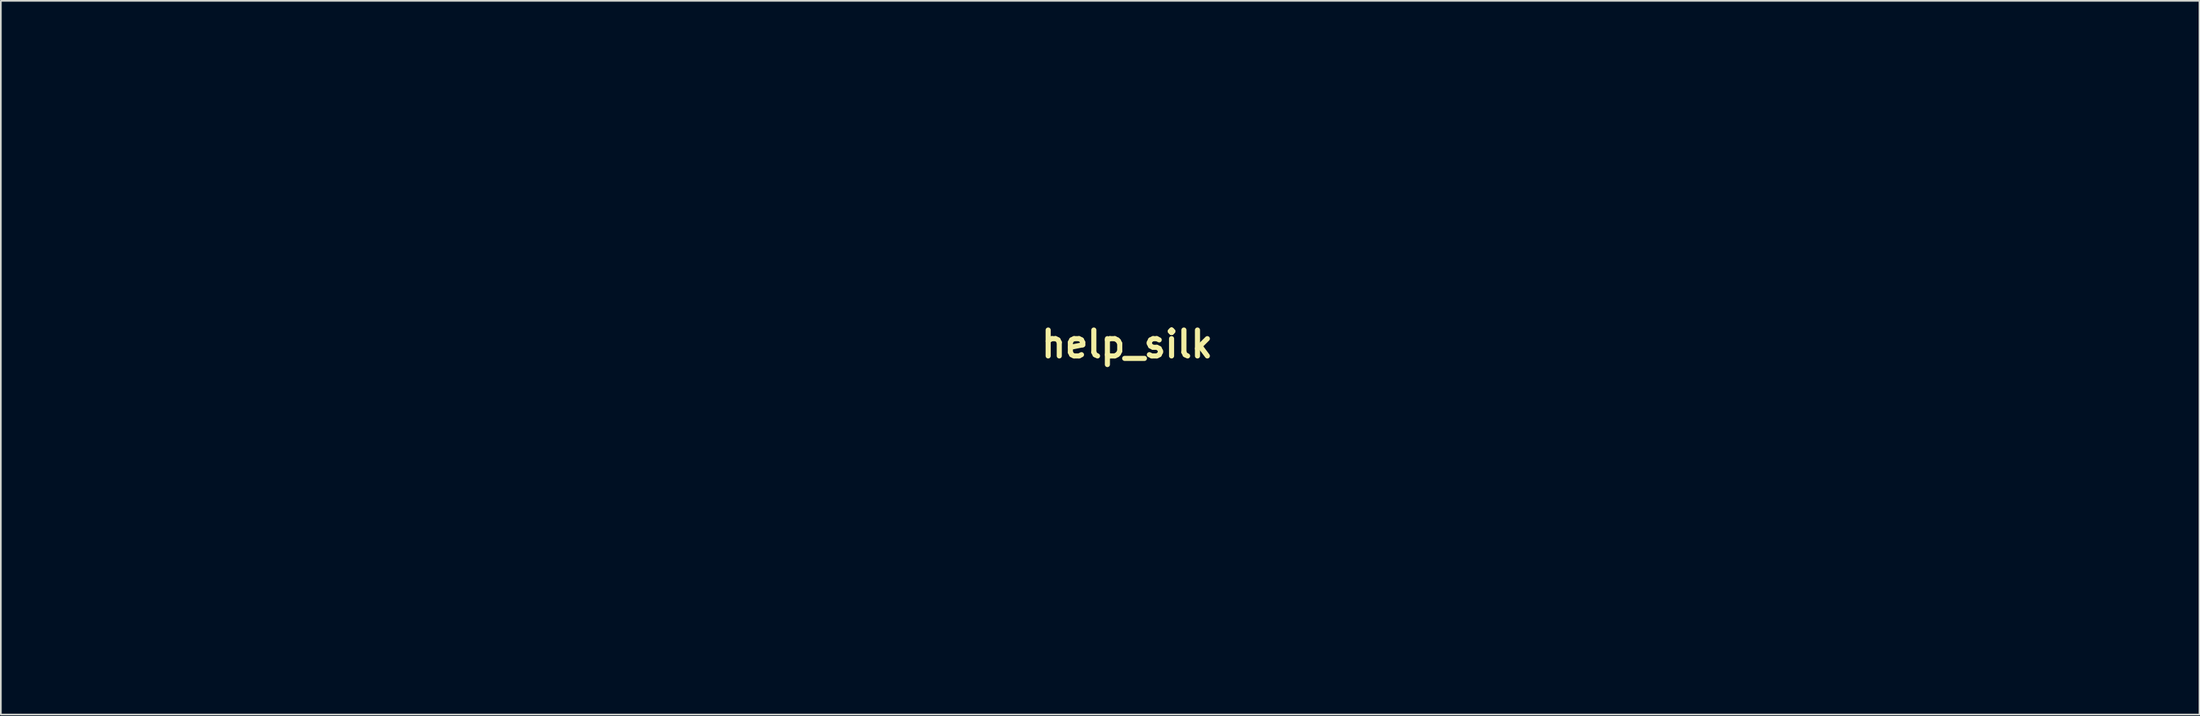
<source format=kicad_pcb>
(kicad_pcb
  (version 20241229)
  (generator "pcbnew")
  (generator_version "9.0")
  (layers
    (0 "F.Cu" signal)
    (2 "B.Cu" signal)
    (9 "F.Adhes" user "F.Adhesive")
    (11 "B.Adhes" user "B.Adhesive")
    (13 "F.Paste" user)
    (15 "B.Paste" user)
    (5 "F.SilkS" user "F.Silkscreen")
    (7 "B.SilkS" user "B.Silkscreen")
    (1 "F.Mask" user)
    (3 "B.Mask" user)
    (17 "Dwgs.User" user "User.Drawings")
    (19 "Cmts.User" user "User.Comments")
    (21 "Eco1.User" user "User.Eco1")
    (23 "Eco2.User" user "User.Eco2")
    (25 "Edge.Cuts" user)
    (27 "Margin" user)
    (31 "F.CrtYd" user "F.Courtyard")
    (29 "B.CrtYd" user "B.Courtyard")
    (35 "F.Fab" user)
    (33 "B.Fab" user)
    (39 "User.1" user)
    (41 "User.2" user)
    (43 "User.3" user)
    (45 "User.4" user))
  (footprint "help_silk"
    (layer "F.Cu")
    (at 63.24 17.203)
    (property "Reference" "help_silk" (at 0 0 0) (layer "F.SilkS") (effects (font (size 1.524 1.524) (thickness 0.3))))
    (attr through_hole)
    (fp_poly (pts (xy -46.613 13.706) (xy -46.567 13.891) (xy -46.778 14.241) (xy -46.964 14.287) (xy -47.314 14.076) (xy -47.36 13.891) (xy -47.149 13.54) (xy -46.964 13.494) (xy -46.613 13.706)) (stroke (width 0.01) (type solid)) (fill yes) (layer "F.Mask"))
    (fp_poly (pts (xy -46.613 16.616) (xy -46.567 16.801) (xy -46.778 17.152) (xy -46.964 17.198) (xy -47.314 16.986) (xy -47.36 16.801) (xy -47.149 16.45) (xy -46.964 16.404) (xy -46.613 16.616)) (stroke (width 0.01) (type solid)) (fill yes) (layer "F.Mask"))
    (fp_poly (pts (xy -36.293 12.314) (xy -36.248 12.435) (xy -36.462 12.67) (xy -36.645 12.7) (xy -36.997 12.557) (xy -37.042 12.435) (xy -36.827 12.201) (xy -36.645 12.171) (xy -36.293 12.314)) (stroke (width 0.01) (type solid)) (fill yes) (layer "F.Mask"))
    (fp_poly (pts (xy -32.59 16.616) (xy -32.544 16.801) (xy -32.756 17.152) (xy -32.941 17.198) (xy -33.291 16.986) (xy -33.337 16.801) (xy -33.126 16.45) (xy -32.941 16.404) (xy -32.59 16.616)) (stroke (width 0.01) (type solid)) (fill yes) (layer "F.Mask"))
    (fp_poly (pts (xy -30.736 12.314) (xy -30.692 12.435) (xy -30.906 12.67) (xy -31.089 12.7) (xy -31.441 12.557) (xy -31.485 12.435) (xy -31.271 12.201) (xy -31.089 12.171) (xy -30.736 12.314)) (stroke (width 0.01) (type solid)) (fill yes) (layer "F.Mask"))
    (fp_poly (pts (xy -30.472 -6.736) (xy -30.427 -6.615) (xy -30.641 -6.38) (xy -30.824 -6.35) (xy -31.176 -6.493) (xy -31.221 -6.615) (xy -31.007 -6.849) (xy -30.824 -6.879) (xy -30.472 -6.736)) (stroke (width 0.01) (type solid)) (fill yes) (layer "F.Mask"))
    (fp_poly (pts (xy -19.889 2.524) (xy -19.844 2.646) (xy -20.058 2.881) (xy -20.241 2.91) (xy -20.593 2.768) (xy -20.637 2.646) (xy -20.423 2.411) (xy -20.241 2.381) (xy -19.889 2.524)) (stroke (width 0.01) (type solid)) (fill yes) (layer "F.Mask"))
    (fp_poly (pts (xy -13.316 -10.661) (xy -13.229 -10.319) (xy -13.416 -9.877) (xy -13.758 -9.79) (xy -14.201 -9.977) (xy -14.287 -10.319) (xy -14.1 -10.761) (xy -13.758 -10.848) (xy -13.316 -10.661)) (stroke (width 0.01) (type solid)) (fill yes) (layer "F.Mask"))
    (fp_poly (pts (xy 3.395 2.524) (xy 3.44 2.646) (xy 3.225 2.881) (xy 3.043 2.91) (xy 2.691 2.768) (xy 2.646 2.646) (xy 2.86 2.411) (xy 3.043 2.381) (xy 3.395 2.524)) (stroke (width 0.01) (type solid)) (fill yes) (layer "F.Mask"))
    (fp_poly (pts (xy 21.651 -6.736) (xy 21.696 -6.615) (xy 21.482 -6.38) (xy 21.299 -6.35) (xy 20.947 -6.493) (xy 20.902 -6.615) (xy 21.116 -6.849) (xy 21.299 -6.879) (xy 21.651 -6.736)) (stroke (width 0.01) (type solid)) (fill yes) (layer "F.Mask"))
    (fp_poly (pts (xy 54.946 -6.957) (xy 55.033 -6.615) (xy 54.846 -6.172) (xy 54.504 -6.085) (xy 54.062 -6.273) (xy 53.975 -6.615) (xy 54.162 -7.057) (xy 54.504 -7.144) (xy 54.946 -6.957)) (stroke (width 0.01) (type solid)) (fill yes) (layer "F.Mask"))
    (fp_poly (pts (xy -36.429 13.603) (xy -36.306 13.994) (xy -36.254 14.766) (xy -36.248 15.346) (xy -36.271 16.352) (xy -36.355 16.928) (xy -36.521 17.171) (xy -36.645 17.198) (xy -36.86 17.089) (xy -36.984 16.697) (xy -37.036 15.926) (xy -37.042 15.346) (xy -37.018 14.34) (xy -36.934 13.764) (xy -36.769 13.521) (xy -36.645 13.494) (xy -36.429 13.603)) (stroke (width 0.01) (type solid)) (fill yes) (layer "F.Mask"))
    (fp_poly (pts (xy -30.873 13.603) (xy -30.75 13.994) (xy -30.697 14.766) (xy -30.692 15.346) (xy -30.715 16.352) (xy -30.799 16.928) (xy -30.964 17.171) (xy -31.089 17.198) (xy -31.304 17.089) (xy -31.428 16.697) (xy -31.48 15.926) (xy -31.485 15.346) (xy -31.462 14.34) (xy -31.378 13.764) (xy -31.213 13.521) (xy -31.089 13.494) (xy -30.873 13.603)) (stroke (width 0.01) (type solid)) (fill yes) (layer "F.Mask"))
    (fp_poly (pts (xy -30.608 -5.447) (xy -30.485 -5.056) (xy -30.433 -4.284) (xy -30.427 -3.704) (xy -30.45 -2.698) (xy -30.534 -2.122) (xy -30.7 -1.879) (xy -30.824 -1.852) (xy -31.04 -1.961) (xy -31.163 -2.353) (xy -31.215 -3.124) (xy -31.221 -3.704) (xy -31.197 -4.71) (xy -31.114 -5.286) (xy -30.948 -5.529) (xy -30.824 -5.556) (xy -30.608 -5.447)) (stroke (width 0.01) (type solid)) (fill yes) (layer "F.Mask"))
    (fp_poly (pts (xy -20.025 3.813) (xy -19.902 4.205) (xy -19.85 4.976) (xy -19.844 5.556) (xy -19.867 6.563) (xy -19.951 7.138) (xy -20.116 7.381) (xy -20.241 7.408) (xy -20.456 7.299) (xy -20.58 6.908) (xy -20.632 6.136) (xy -20.637 5.556) (xy -20.614 4.55) (xy -20.53 3.974) (xy -20.365 3.731) (xy -20.241 3.704) (xy -20.025 3.813)) (stroke (width 0.01) (type solid)) (fill yes) (layer "F.Mask"))
    (fp_poly (pts (xy 3.258 3.813) (xy 3.382 4.205) (xy 3.434 4.976) (xy 3.44 5.556) (xy 3.416 6.563) (xy 3.332 7.138) (xy 3.167 7.381) (xy 3.043 7.408) (xy 2.827 7.299) (xy 2.704 6.908) (xy 2.652 6.136) (xy 2.646 5.556) (xy 2.669 4.55) (xy 2.753 3.974) (xy 2.918 3.731) (xy 3.043 3.704) (xy 3.258 3.813)) (stroke (width 0.01) (type solid)) (fill yes) (layer "F.Mask"))
    (fp_poly (pts (xy 21.515 -5.447) (xy 21.638 -5.056) (xy 21.69 -4.284) (xy 21.696 -3.704) (xy 21.672 -2.698) (xy 21.589 -2.122) (xy 21.423 -1.879) (xy 21.299 -1.852) (xy 21.083 -1.961) (xy 20.96 -2.353) (xy 20.908 -3.124) (xy 20.902 -3.704) (xy 20.925 -4.71) (xy 21.009 -5.286) (xy 21.175 -5.529) (xy 21.299 -5.556) (xy 21.515 -5.447)) (stroke (width 0.01) (type solid)) (fill yes) (layer "F.Mask"))
    (fp_poly (pts (xy -21.445 3.864) (xy -21.162 4.115) (xy -21.298 4.402) (xy -21.696 4.575) (xy -22.017 4.747) (xy -22.176 5.138) (xy -22.224 5.891) (xy -22.225 6.061) (xy -22.266 6.901) (xy -22.409 7.316) (xy -22.622 7.408) (xy -22.839 7.298) (xy -22.962 6.903) (xy -23.014 6.125) (xy -23.019 5.583) (xy -23.019 3.757) (xy -22.093 3.757) (xy -21.445 3.864)) (stroke (width 0.01) (type solid)) (fill yes) (layer "F.Mask"))
    (fp_poly (pts (xy -9.274 3.864) (xy -8.991 4.115) (xy -9.127 4.402) (xy -9.525 4.575) (xy -9.846 4.747) (xy -10.005 5.138) (xy -10.053 5.891) (xy -10.054 6.061) (xy -10.095 6.901) (xy -10.238 7.316) (xy -10.451 7.408) (xy -10.668 7.298) (xy -10.792 6.903) (xy -10.843 6.125) (xy -10.848 5.583) (xy -10.848 3.757) (xy -9.922 3.757) (xy -9.274 3.864)) (stroke (width 0.01) (type solid)) (fill yes) (layer "F.Mask"))
    (fp_poly (pts (xy 1.839 3.864) (xy 2.121 4.115) (xy 1.986 4.402) (xy 1.587 4.575) (xy 1.267 4.747) (xy 1.107 5.138) (xy 1.059 5.891) (xy 1.058 6.061) (xy 1.017 6.901) (xy 0.875 7.316) (xy 0.661 7.408) (xy 0.444 7.298) (xy 0.321 6.903) (xy 0.27 6.125) (xy 0.265 5.583) (xy 0.265 3.757) (xy 1.191 3.757) (xy 1.839 3.864)) (stroke (width 0.01) (type solid)) (fill yes) (layer "F.Mask"))
    (fp_poly (pts (xy -21.365 -14.721) (xy -21.244 -14.371) (xy -21.183 -13.676) (xy -21.167 -12.568) (xy -21.167 -10.319) (xy -20.108 -10.319) (xy -19.446 -10.26) (xy -19.077 -10.113) (xy -19.05 -10.054) (xy -19.289 -9.909) (xy -19.906 -9.813) (xy -20.505 -9.79) (xy -21.96 -9.79) (xy -21.96 -12.303) (xy -21.946 -13.501) (xy -21.894 -14.26) (xy -21.791 -14.667) (xy -21.621 -14.811) (xy -21.564 -14.817) (xy -21.365 -14.721)) (stroke (width 0.01) (type solid)) (fill yes) (layer "F.Mask"))
    (fp_poly (pts (xy -43.398 12.278) (xy -43.392 12.308) (xy -43.509 12.667) (xy -43.819 13.336) (xy -44.255 14.196) (xy -44.753 15.127) (xy -45.247 16.007) (xy -45.672 16.717) (xy -45.963 17.135) (xy -46.04 17.198) (xy -46.296 17.091) (xy -46.302 17.06) (xy -46.184 16.702) (xy -45.875 16.032) (xy -45.438 15.172) (xy -44.941 14.242) (xy -44.447 13.362) (xy -44.021 12.652) (xy -43.731 12.234) (xy -43.654 12.171) (xy -43.398 12.278)) (stroke (width 0.01) (type solid)) (fill yes) (layer "F.Mask"))
    (fp_poly (pts (xy -40.752 12.278) (xy -40.746 12.308) (xy -40.864 12.667) (xy -41.173 13.336) (xy -41.61 14.196) (xy -42.107 15.127) (xy -42.601 16.007) (xy -43.026 16.717) (xy -43.317 17.135) (xy -43.394 17.198) (xy -43.65 17.091) (xy -43.656 17.06) (xy -43.539 16.702) (xy -43.229 16.032) (xy -42.793 15.172) (xy -42.295 14.242) (xy -41.801 13.362) (xy -41.376 12.652) (xy -41.085 12.234) (xy -41.008 12.171) (xy -40.752 12.278)) (stroke (width 0.01) (type solid)) (fill yes) (layer "F.Mask"))
    (fp_poly (pts (xy -24.348 12.278) (xy -24.342 12.308) (xy -24.459 12.667) (xy -24.769 13.336) (xy -25.205 14.196) (xy -25.703 15.127) (xy -26.197 16.007) (xy -26.622 16.717) (xy -26.913 17.135) (xy -26.99 17.198) (xy -27.246 17.091) (xy -27.252 17.06) (xy -27.134 16.702) (xy -26.825 16.032) (xy -26.388 15.172) (xy -25.891 14.242) (xy -25.397 13.362) (xy -24.971 12.652) (xy -24.681 12.234) (xy -24.604 12.171) (xy -24.348 12.278)) (stroke (width 0.01) (type solid)) (fill yes) (layer "F.Mask"))
    (fp_poly (pts (xy -27.12 -5.424) (xy -27.042 -3.638) (xy -27.021 -2.662) (xy -27.077 -2.11) (xy -27.229 -1.879) (xy -27.359 -1.852) (xy -27.605 -2) (xy -27.756 -2.505) (xy -27.834 -3.373) (xy -27.92 -4.289) (xy -28.076 -4.766) (xy -28.31 -4.895) (xy -28.557 -4.748) (xy -28.707 -4.247) (xy -28.787 -3.373) (xy -28.876 -2.447) (xy -29.038 -1.967) (xy -29.25 -1.852) (xy -29.459 -1.972) (xy -29.579 -2.393) (xy -29.629 -3.208) (xy -29.633 -3.719) (xy -29.633 -5.585) (xy -27.12 -5.424)) (stroke (width 0.01) (type solid)) (fill yes) (layer "F.Mask"))
    (fp_poly (pts (xy -22.149 12.274) (xy -22.026 12.648) (xy -21.97 13.387) (xy -21.96 14.173) (xy -21.997 15.492) (xy -22.137 16.369) (xy -22.425 16.89) (xy -22.907 17.138) (xy -23.579 17.198) (xy -24.305 17.136) (xy -24.55 16.944) (xy -24.539 16.867) (xy -24.216 16.59) (xy -23.921 16.536) (xy -23.361 16.463) (xy -23.011 16.181) (xy -22.825 15.595) (xy -22.758 14.611) (xy -22.754 14.14) (xy -22.733 13.098) (xy -22.657 12.488) (xy -22.507 12.214) (xy -22.357 12.171) (xy -22.149 12.274)) (stroke (width 0.01) (type solid)) (fill yes) (layer "F.Mask"))
    (fp_poly (pts (xy -18.974 12.274) (xy -18.851 12.648) (xy -18.795 13.387) (xy -18.785 14.173) (xy -18.822 15.492) (xy -18.962 16.369) (xy -19.25 16.89) (xy -19.732 17.138) (xy -20.404 17.198) (xy -21.13 17.136) (xy -21.375 16.944) (xy -21.364 16.867) (xy -21.041 16.59) (xy -20.746 16.536) (xy -20.186 16.463) (xy -19.836 16.181) (xy -19.65 15.595) (xy -19.583 14.611) (xy -19.579 14.14) (xy -19.558 13.098) (xy -19.482 12.488) (xy -19.332 12.214) (xy -19.182 12.171) (xy -18.974 12.274)) (stroke (width 0.01) (type solid)) (fill yes) (layer "F.Mask"))
    (fp_poly (pts (xy 23.746 -5.505) (xy 25.003 -5.424) (xy 25.081 -3.638) (xy 25.102 -2.662) (xy 25.046 -2.11) (xy 24.894 -1.879) (xy 24.764 -1.852) (xy 24.518 -2) (xy 24.367 -2.505) (xy 24.289 -3.373) (xy 24.203 -4.289) (xy 24.047 -4.766) (xy 23.812 -4.895) (xy 23.566 -4.748) (xy 23.416 -4.247) (xy 23.336 -3.373) (xy 23.247 -2.447) (xy 23.085 -1.967) (xy 22.873 -1.852) (xy 22.664 -1.972) (xy 22.544 -2.393) (xy 22.494 -3.208) (xy 22.49 -3.719) (xy 22.49 -5.585) (xy 23.746 -5.505)) (stroke (width 0.01) (type solid)) (fill yes) (layer "F.Mask"))
    (fp_poly (pts (xy -51.461 13.626) (xy -51.461 17.066) (xy -52.321 17.149) (xy -52.918 17.269) (xy -53.149 17.577) (xy -53.181 18.008) (xy -53.302 18.626) (xy -53.578 18.785) (xy -53.763 18.698) (xy -53.881 18.379) (xy -53.947 17.74) (xy -53.973 16.696) (xy -53.975 16.125) (xy -53.975 15.65) (xy -53.18 15.65) (xy -53.076 16.295) (xy -53.067 16.319) (xy -52.814 16.661) (xy -52.551 16.559) (xy -52.342 16.094) (xy -52.255 15.347) (xy -52.255 15.324) (xy -52.309 14.547) (xy -52.492 14.198) (xy -52.652 14.155) (xy -52.931 14.386) (xy -53.119 14.949) (xy -53.18 15.65) (xy -53.975 15.65) (xy -53.975 13.465) (xy -51.461 13.626)) (stroke (width 0.01) (type solid)) (fill yes) (layer "F.Mask"))
    (fp_poly (pts (xy -0.661 -5.424) (xy -0.661 -1.984) (xy -1.521 -1.901) (xy -2.118 -1.781) (xy -2.349 -1.473) (xy -2.381 -1.042) (xy -2.502 -0.424) (xy -2.778 -0.265) (xy -2.963 -0.352) (xy -3.081 -0.671) (xy -3.147 -1.31) (xy -3.173 -2.354) (xy -3.175 -2.925) (xy -3.175 -3.4) (xy -2.38 -3.4) (xy -2.276 -2.755) (xy -2.267 -2.731) (xy -2.014 -2.389) (xy -1.751 -2.491) (xy -1.542 -2.956) (xy -1.455 -3.703) (xy -1.455 -3.726) (xy -1.509 -4.503) (xy -1.692 -4.852) (xy -1.852 -4.895) (xy -2.131 -4.664) (xy -2.319 -4.101) (xy -2.38 -3.4) (xy -3.175 -3.4) (xy -3.175 -5.585) (xy -0.661 -5.424)) (stroke (width 0.01) (type solid)) (fill yes) (layer "F.Mask"))
    (fp_poly (pts (xy 52.836 -5.452) (xy 53.383 -5.299) (xy 53.506 -5.203) (xy 53.614 -4.784) (xy 53.687 -4.025) (xy 53.706 -3.373) (xy 53.687 -2.508) (xy 53.596 -2.049) (xy 53.391 -1.873) (xy 53.195 -1.852) (xy 52.885 -1.933) (xy 52.71 -2.257) (xy 52.619 -2.949) (xy 52.6 -3.241) (xy 52.486 -4.134) (xy 52.311 -4.514) (xy 52.121 -4.385) (xy 51.965 -3.751) (xy 51.911 -3.178) (xy 51.829 -2.376) (xy 51.674 -1.977) (xy 51.388 -1.854) (xy 51.315 -1.852) (xy 51.043 -1.906) (xy 50.887 -2.144) (xy 50.817 -2.679) (xy 50.8 -3.624) (xy 50.8 -3.682) (xy 50.8 -5.512) (xy 52.055 -5.512) (xy 52.836 -5.452)) (stroke (width 0.01) (type solid)) (fill yes) (layer "F.Mask"))
    (fp_poly (pts (xy -12.944 13.611) (xy -12.359 13.959) (xy -12.171 14.452) (xy -12.33 14.777) (xy -12.699 14.737) (xy -13.094 14.379) (xy -13.481 14.082) (xy -13.798 14.257) (xy -13.99 14.846) (xy -14.023 15.346) (xy -13.926 16.146) (xy -13.674 16.564) (xy -13.32 16.543) (xy -13.094 16.312) (xy -12.697 15.951) (xy -12.472 15.875) (xy -12.206 16.061) (xy -12.231 16.481) (xy -12.488 16.88) (xy -12.976 17.116) (xy -13.655 17.191) (xy -14.301 17.108) (xy -14.689 16.874) (xy -14.708 16.836) (xy -14.772 16.379) (xy -14.786 15.602) (xy -14.766 15.05) (xy -14.702 14.228) (xy -14.575 13.795) (xy -14.295 13.611) (xy -13.807 13.542) (xy -12.944 13.611)) (stroke (width 0.01) (type solid)) (fill yes) (layer "F.Mask"))
    (fp_poly (pts (xy -5.358 -5.505) (xy -4.101 -5.424) (xy -4.101 -1.984) (xy -4.961 -1.901) (xy -5.557 -1.781) (xy -5.789 -1.473) (xy -5.821 -1.042) (xy -5.941 -0.424) (xy -6.218 -0.265) (xy -6.402 -0.352) (xy -6.521 -0.671) (xy -6.587 -1.31) (xy -6.613 -2.354) (xy -6.615 -2.925) (xy -6.615 -3.4) (xy -5.82 -3.4) (xy -5.716 -2.755) (xy -5.707 -2.731) (xy -5.454 -2.389) (xy -5.19 -2.491) (xy -4.982 -2.956) (xy -4.895 -3.703) (xy -4.895 -3.726) (xy -4.949 -4.503) (xy -5.131 -4.852) (xy -5.292 -4.895) (xy -5.57 -4.664) (xy -5.759 -4.101) (xy -5.82 -3.4) (xy -6.615 -3.4) (xy -6.615 -5.585) (xy -5.358 -5.505)) (stroke (width 0.01) (type solid)) (fill yes) (layer "F.Mask"))
    (fp_poly (pts (xy -41.349 -6.394) (xy -41.275 -6.085) (xy -41.11 -5.654) (xy -40.878 -5.556) (xy -40.526 -5.413) (xy -40.481 -5.292) (xy -40.696 -5.057) (xy -40.878 -5.027) (xy -41.139 -4.872) (xy -41.258 -4.345) (xy -41.275 -3.828) (xy -41.193 -2.938) (xy -40.94 -2.508) (xy -40.878 -2.477) (xy -40.528 -2.217) (xy -40.481 -2.088) (xy -40.699 -1.916) (xy -41.183 -1.855) (xy -41.682 -1.918) (xy -41.892 -2.028) (xy -41.992 -2.374) (xy -42.056 -3.066) (xy -42.069 -3.594) (xy -42.132 -4.509) (xy -42.305 -5.05) (xy -42.399 -5.137) (xy -42.594 -5.311) (xy -42.399 -5.446) (xy -42.121 -5.81) (xy -42.069 -6.107) (xy -41.897 -6.524) (xy -41.672 -6.615) (xy -41.349 -6.394)) (stroke (width 0.01) (type solid)) (fill yes) (layer "F.Mask"))
    (fp_poly (pts (xy -34.734 12.656) (xy -34.66 12.965) (xy -34.495 13.396) (xy -34.264 13.494) (xy -33.911 13.637) (xy -33.867 13.758) (xy -34.081 13.993) (xy -34.264 14.023) (xy -34.524 14.178) (xy -34.644 14.705) (xy -34.66 15.222) (xy -34.579 16.112) (xy -34.325 16.542) (xy -34.264 16.573) (xy -33.913 16.833) (xy -33.867 16.962) (xy -34.084 17.134) (xy -34.569 17.195) (xy -35.067 17.132) (xy -35.278 17.022) (xy -35.378 16.676) (xy -35.442 15.984) (xy -35.454 15.456) (xy -35.517 14.541) (xy -35.69 14) (xy -35.785 13.913) (xy -35.979 13.739) (xy -35.785 13.604) (xy -35.507 13.24) (xy -35.454 12.943) (xy -35.283 12.526) (xy -35.057 12.435) (xy -34.734 12.656)) (stroke (width 0.01) (type solid)) (fill yes) (layer "F.Mask"))
    (fp_poly (pts (xy -23.622 -6.394) (xy -23.548 -6.085) (xy -23.382 -5.654) (xy -23.151 -5.556) (xy -22.799 -5.413) (xy -22.754 -5.292) (xy -22.968 -5.057) (xy -23.151 -5.027) (xy -23.412 -4.872) (xy -23.531 -4.345) (xy -23.548 -3.828) (xy -23.466 -2.938) (xy -23.213 -2.508) (xy -23.151 -2.477) (xy -22.801 -2.217) (xy -22.754 -2.088) (xy -22.972 -1.916) (xy -23.456 -1.855) (xy -23.955 -1.918) (xy -24.165 -2.028) (xy -24.265 -2.374) (xy -24.329 -3.066) (xy -24.342 -3.594) (xy -24.405 -4.509) (xy -24.578 -5.05) (xy -24.672 -5.137) (xy -24.867 -5.311) (xy -24.672 -5.446) (xy -24.394 -5.81) (xy -24.342 -6.107) (xy -24.17 -6.524) (xy -23.945 -6.615) (xy -23.622 -6.394)) (stroke (width 0.01) (type solid)) (fill yes) (layer "F.Mask"))
    (fp_poly (pts (xy -15.27 12.179) (xy -15.153 12.266) (xy -15.141 12.522) (xy -15.244 13.039) (xy -15.469 13.91) (xy -15.714 14.817) (xy -16.092 16.066) (xy -16.425 16.829) (xy -16.728 17.142) (xy -16.76 17.151) (xy -17.135 17.12) (xy -17.201 17.019) (xy -17.269 16.682) (xy -17.449 15.963) (xy -17.707 14.991) (xy -17.845 14.486) (xy -18.141 13.393) (xy -18.295 12.712) (xy -18.316 12.345) (xy -18.209 12.197) (xy -18.002 12.171) (xy -17.68 12.308) (xy -17.409 12.783) (xy -17.136 13.689) (xy -17.135 13.692) (xy -16.751 15.214) (xy -16.432 14.023) (xy -16.17 13.067) (xy -15.985 12.514) (xy -15.82 12.253) (xy -15.621 12.176) (xy -15.486 12.171) (xy -15.27 12.179)) (stroke (width 0.01) (type solid)) (fill yes) (layer "F.Mask"))
    (fp_poly (pts (xy -12.563 -17.007) (xy -11.908 -16.485) (xy -11.64 -15.712) (xy -11.782 -14.764) (xy -12.362 -13.721) (xy -12.435 -13.626) (xy -12.909 -12.932) (xy -13.193 -12.328) (xy -13.229 -12.134) (xy -13.433 -11.719) (xy -13.758 -11.642) (xy -14.193 -11.82) (xy -14.287 -12.214) (xy -14.149 -12.744) (xy -13.791 -13.509) (xy -13.447 -14.095) (xy -12.967 -14.92) (xy -12.791 -15.461) (xy -12.88 -15.837) (xy -12.881 -15.838) (xy -13.37 -16.223) (xy -13.94 -16.181) (xy -14.391 -15.732) (xy -14.416 -15.677) (xy -14.793 -15.196) (xy -15.224 -15.089) (xy -15.543 -15.352) (xy -15.61 -15.702) (xy -15.376 -16.466) (xy -14.724 -16.981) (xy -13.725 -17.195) (xy -13.58 -17.198) (xy -12.563 -17.007)) (stroke (width 0.01) (type solid)) (fill yes) (layer "F.Mask"))
    (fp_poly (pts (xy 19.77 -6.394) (xy 19.844 -6.085) (xy 20.009 -5.654) (xy 20.241 -5.556) (xy 20.593 -5.413) (xy 20.637 -5.292) (xy 20.423 -5.057) (xy 20.241 -5.027) (xy 19.98 -4.872) (xy 19.86 -4.345) (xy 19.844 -3.828) (xy 19.925 -2.938) (xy 20.179 -2.508) (xy 20.241 -2.477) (xy 20.591 -2.217) (xy 20.637 -2.088) (xy 20.42 -1.916) (xy 19.936 -1.855) (xy 19.437 -1.918) (xy 19.226 -2.028) (xy 19.127 -2.374) (xy 19.063 -3.066) (xy 19.05 -3.594) (xy 18.987 -4.509) (xy 18.814 -5.05) (xy 18.719 -5.137) (xy 18.525 -5.311) (xy 18.719 -5.446) (xy 18.998 -5.81) (xy 19.05 -6.107) (xy 19.221 -6.524) (xy 19.447 -6.615) (xy 19.77 -6.394)) (stroke (width 0.01) (type solid)) (fill yes) (layer "F.Mask"))
    (fp_poly (pts (xy 36.49 -5.429) (xy 36.955 -5.005) (xy 37.192 -4.185) (xy 37.224 -3.935) (xy 37.163 -2.855) (xy 36.761 -2.1) (xy 36.08 -1.727) (xy 35.181 -1.795) (xy 34.991 -1.863) (xy 34.638 -2.077) (xy 34.459 -2.457) (xy 34.399 -3.156) (xy 34.396 -3.51) (xy 34.41 -3.704) (xy 35.454 -3.704) (xy 35.513 -3.041) (xy 35.659 -2.673) (xy 35.719 -2.646) (xy 35.884 -2.881) (xy 35.977 -3.467) (xy 35.983 -3.704) (xy 35.925 -4.367) (xy 35.778 -4.736) (xy 35.719 -4.763) (xy 35.553 -4.528) (xy 35.461 -3.941) (xy 35.454 -3.704) (xy 34.41 -3.704) (xy 34.476 -4.583) (xy 34.751 -5.224) (xy 35.271 -5.514) (xy 35.706 -5.552) (xy 36.49 -5.429)) (stroke (width 0.01) (type solid)) (fill yes) (layer "F.Mask"))
    (fp_poly (pts (xy -61.516 -7.078) (xy -60.563 -6.915) (xy -59.972 -6.613) (xy -59.66 -6.064) (xy -59.543 -5.157) (xy -59.531 -4.484) (xy -59.592 -3.268) (xy -59.817 -2.484) (xy -60.274 -2.047) (xy -61.027 -1.87) (xy -61.535 -1.852) (xy -62.706 -1.852) (xy -62.706 -4.352) (xy -61.648 -4.352) (xy -61.648 -4.346) (xy -61.631 -3.41) (xy -61.559 -2.896) (xy -61.403 -2.697) (xy -61.185 -2.695) (xy -60.916 -2.852) (xy -60.754 -3.27) (xy -60.664 -4.064) (xy -60.643 -4.434) (xy -60.615 -5.338) (xy -60.664 -5.835) (xy -60.822 -6.044) (xy -61.106 -6.085) (xy -61.398 -6.035) (xy -61.561 -5.808) (xy -61.632 -5.285) (xy -61.648 -4.352) (xy -62.706 -4.352) (xy -62.706 -7.213) (xy -61.516 -7.078)) (stroke (width 0.01) (type solid)) (fill yes) (layer "F.Mask"))
    (fp_poly (pts (xy -61.251 2.182) (xy -60.298 2.346) (xy -59.708 2.647) (xy -59.396 3.197) (xy -59.278 4.103) (xy -59.267 4.776) (xy -59.327 5.993) (xy -59.553 6.776) (xy -60.009 7.213) (xy -60.762 7.39) (xy -61.27 7.408) (xy -62.442 7.408) (xy -62.442 4.909) (xy -61.383 4.909) (xy -61.383 4.914) (xy -61.366 5.85) (xy -61.295 6.364) (xy -61.139 6.563) (xy -60.92 6.565) (xy -60.652 6.409) (xy -60.49 5.991) (xy -60.399 5.197) (xy -60.379 4.826) (xy -60.351 3.922) (xy -60.399 3.426) (xy -60.557 3.217) (xy -60.842 3.175) (xy -61.133 3.225) (xy -61.296 3.453) (xy -61.368 3.975) (xy -61.383 4.909) (xy -62.442 4.909) (xy -62.442 2.048) (xy -61.251 2.182)) (stroke (width 0.01) (type solid)) (fill yes) (layer "F.Mask"))
    (fp_poly (pts (xy -60.931 12.4) (xy -60.854 12.816) (xy -60.76 13.278) (xy -60.374 13.489) (xy -59.994 13.543) (xy -59.134 13.626) (xy -59.056 15.412) (xy -59.035 16.388) (xy -59.092 16.94) (xy -59.244 17.171) (xy -59.374 17.198) (xy -59.62 17.05) (xy -59.77 16.545) (xy -59.849 15.677) (xy -59.935 14.761) (xy -60.09 14.284) (xy -60.325 14.155) (xy -60.571 14.302) (xy -60.722 14.803) (xy -60.801 15.677) (xy -60.891 16.603) (xy -61.053 17.083) (xy -61.264 17.198) (xy -61.448 17.098) (xy -61.565 16.741) (xy -61.627 16.041) (xy -61.648 14.912) (xy -61.648 14.684) (xy -61.634 13.486) (xy -61.582 12.728) (xy -61.478 12.321) (xy -61.309 12.176) (xy -61.251 12.171) (xy -60.931 12.4)) (stroke (width 0.01) (type solid)) (fill yes) (layer "F.Mask"))
    (fp_poly (pts (xy -39.235 -6.65) (xy -39.158 -6.234) (xy -39.064 -5.772) (xy -38.678 -5.561) (xy -38.298 -5.507) (xy -37.439 -5.424) (xy -37.36 -3.638) (xy -37.339 -2.662) (xy -37.396 -2.11) (xy -37.548 -1.879) (xy -37.678 -1.852) (xy -37.924 -2) (xy -38.074 -2.505) (xy -38.153 -3.373) (xy -38.239 -4.289) (xy -38.395 -4.766) (xy -38.629 -4.895) (xy -38.876 -4.748) (xy -39.026 -4.247) (xy -39.105 -3.373) (xy -39.195 -2.447) (xy -39.357 -1.967) (xy -39.568 -1.852) (xy -39.752 -1.952) (xy -39.869 -2.309) (xy -39.931 -3.009) (xy -39.952 -4.138) (xy -39.952 -4.366) (xy -39.938 -5.564) (xy -39.886 -6.322) (xy -39.782 -6.729) (xy -39.613 -6.874) (xy -39.555 -6.879) (xy -39.235 -6.65)) (stroke (width 0.01) (type solid)) (fill yes) (layer "F.Mask"))
    (fp_poly (pts (xy -21.773 -6.65) (xy -21.696 -6.234) (xy -21.601 -5.772) (xy -21.216 -5.561) (xy -20.836 -5.507) (xy -19.976 -5.424) (xy -19.898 -3.638) (xy -19.877 -2.662) (xy -19.933 -2.11) (xy -20.086 -1.879) (xy -20.215 -1.852) (xy -20.461 -2) (xy -20.612 -2.505) (xy -20.69 -3.373) (xy -20.777 -4.289) (xy -20.932 -4.766) (xy -21.167 -4.895) (xy -21.413 -4.748) (xy -21.564 -4.247) (xy -21.643 -3.373) (xy -21.732 -2.447) (xy -21.894 -1.967) (xy -22.106 -1.852) (xy -22.29 -1.952) (xy -22.406 -2.309) (xy -22.469 -3.009) (xy -22.489 -4.138) (xy -22.49 -4.366) (xy -22.475 -5.564) (xy -22.423 -6.322) (xy -22.32 -6.729) (xy -22.15 -6.874) (xy -22.093 -6.879) (xy -21.773 -6.65)) (stroke (width 0.01) (type solid)) (fill yes) (layer "F.Mask"))
    (fp_poly (pts (xy -4.283 2.551) (xy -3.794 3.039) (xy -3.704 3.493) (xy -3.841 3.904) (xy -4.2 3.887) (xy -4.7 3.45) (xy -4.743 3.397) (xy -5.212 2.994) (xy -5.547 3.102) (xy -5.75 3.722) (xy -5.821 4.854) (xy -5.821 4.895) (xy -5.763 6.014) (xy -5.579 6.639) (xy -5.256 6.792) (xy -4.791 6.508) (xy -4.237 6.148) (xy -3.836 6.14) (xy -3.704 6.429) (xy -3.936 6.949) (xy -4.529 7.293) (xy -5.331 7.415) (xy -6.191 7.268) (xy -6.284 7.233) (xy -6.457 6.914) (xy -6.569 6.225) (xy -6.619 5.32) (xy -6.608 4.356) (xy -6.533 3.488) (xy -6.396 2.871) (xy -6.297 2.699) (xy -5.819 2.471) (xy -5.159 2.381) (xy -4.283 2.551)) (stroke (width 0.01) (type solid)) (fill yes) (layer "F.Mask"))
    (fp_poly (pts (xy -2.458 2.61) (xy -2.381 3.026) (xy -2.287 3.488) (xy -1.901 3.699) (xy -1.521 3.754) (xy -0.661 3.836) (xy -0.583 5.622) (xy -0.562 6.598) (xy -0.619 7.15) (xy -0.771 7.381) (xy -0.901 7.408) (xy -1.147 7.26) (xy -1.297 6.756) (xy -1.376 5.887) (xy -1.462 4.972) (xy -1.617 4.495) (xy -1.852 4.366) (xy -2.098 4.513) (xy -2.249 5.014) (xy -2.328 5.887) (xy -2.418 6.814) (xy -2.58 7.293) (xy -2.791 7.408) (xy -2.975 7.308) (xy -3.092 6.951) (xy -3.154 6.251) (xy -3.175 5.123) (xy -3.175 4.895) (xy -3.161 3.697) (xy -3.109 2.938) (xy -3.005 2.531) (xy -2.836 2.387) (xy -2.778 2.381) (xy -2.458 2.61)) (stroke (width 0.01) (type solid)) (fill yes) (layer "F.Mask"))
    (fp_poly (pts (xy 2.797 -5.45) (xy 2.784 -5.046) (xy 2.77 -5) (xy 2.607 -4.462) (xy 2.357 -3.61) (xy 2.102 -2.726) (xy 1.805 -1.791) (xy 1.513 -1.032) (xy 1.302 -0.636) (xy 0.91 -0.353) (xy 0.49 -0.263) (xy 0.267 -0.409) (xy 0.265 -0.442) (xy 0.423 -0.755) (xy 0.69 -1.09) (xy 0.89 -1.366) (xy 0.953 -1.697) (xy 0.866 -2.21) (xy 0.618 -3.034) (xy 0.444 -3.558) (xy 0.119 -4.553) (xy -0.037 -5.15) (xy -0.033 -5.448) (xy 0.118 -5.549) (xy 0.236 -5.556) (xy 0.625 -5.335) (xy 0.986 -4.643) (xy 1.105 -4.299) (xy 1.509 -3.043) (xy 1.711 -4.299) (xy 1.882 -5.088) (xy 2.112 -5.466) (xy 2.429 -5.556) (xy 2.797 -5.45)) (stroke (width 0.01) (type solid)) (fill yes) (layer "F.Mask"))
    (fp_poly (pts (xy 9.448 -6.65) (xy 9.525 -6.234) (xy 9.619 -5.772) (xy 10.005 -5.561) (xy 10.385 -5.507) (xy 11.245 -5.424) (xy 11.323 -3.638) (xy 11.344 -2.662) (xy 11.287 -2.11) (xy 11.135 -1.879) (xy 11.006 -1.852) (xy 10.759 -2) (xy 10.609 -2.505) (xy 10.53 -3.373) (xy 10.444 -4.289) (xy 10.289 -4.766) (xy 10.054 -4.895) (xy 9.808 -4.748) (xy 9.657 -4.247) (xy 9.578 -3.373) (xy 9.488 -2.447) (xy 9.326 -1.967) (xy 9.115 -1.852) (xy 8.931 -1.952) (xy 8.814 -2.309) (xy 8.752 -3.009) (xy 8.732 -4.138) (xy 8.731 -4.366) (xy 8.745 -5.564) (xy 8.797 -6.322) (xy 8.901 -6.729) (xy 9.071 -6.874) (xy 9.128 -6.879) (xy 9.448 -6.65)) (stroke (width 0.01) (type solid)) (fill yes) (layer "F.Mask"))
    (fp_poly (pts (xy -41.843 -14.769) (xy -41.364 -14.647) (xy -41.275 -14.552) (xy -41.508 -14.377) (xy -42.08 -14.29) (xy -42.201 -14.287) (xy -42.823 -14.243) (xy -43.078 -14.019) (xy -43.127 -13.494) (xy -43.062 -12.932) (xy -42.752 -12.724) (xy -42.333 -12.7) (xy -41.776 -12.623) (xy -41.54 -12.439) (xy -41.54 -12.435) (xy -41.769 -12.25) (xy -42.323 -12.171) (xy -42.333 -12.171) (xy -42.867 -12.119) (xy -43.085 -11.857) (xy -43.127 -11.245) (xy -43.086 -10.624) (xy -42.855 -10.37) (xy -42.272 -10.319) (xy -42.201 -10.319) (xy -41.589 -10.252) (xy -41.283 -10.089) (xy -41.275 -10.054) (xy -41.513 -9.903) (xy -42.121 -9.807) (xy -42.598 -9.79) (xy -43.921 -9.79) (xy -43.921 -14.817) (xy -42.598 -14.817) (xy -41.843 -14.769)) (stroke (width 0.01) (type solid)) (fill yes) (layer "F.Mask"))
    (fp_poly (pts (xy -38.404 -14.769) (xy -37.925 -14.647) (xy -37.835 -14.552) (xy -38.068 -14.377) (xy -38.64 -14.29) (xy -38.761 -14.287) (xy -39.384 -14.243) (xy -39.639 -14.019) (xy -39.688 -13.494) (xy -39.622 -12.932) (xy -39.313 -12.724) (xy -38.894 -12.7) (xy -38.336 -12.623) (xy -38.1 -12.439) (xy -38.1 -12.435) (xy -38.33 -12.25) (xy -38.884 -12.171) (xy -38.894 -12.171) (xy -39.427 -12.119) (xy -39.646 -11.857) (xy -39.688 -11.245) (xy -39.647 -10.624) (xy -39.415 -10.37) (xy -38.832 -10.319) (xy -38.761 -10.319) (xy -38.149 -10.252) (xy -37.843 -10.089) (xy -37.835 -10.054) (xy -38.073 -9.903) (xy -38.682 -9.807) (xy -39.158 -9.79) (xy -40.481 -9.79) (xy -40.481 -14.817) (xy -39.158 -14.817) (xy -38.404 -14.769)) (stroke (width 0.01) (type solid)) (fill yes) (layer "F.Mask"))
    (fp_poly (pts (xy -35.389 -14.747) (xy -34.817 -14.572) (xy -34.713 -14.499) (xy -34.537 -14.055) (xy -34.432 -13.261) (xy -34.397 -12.294) (xy -34.433 -11.329) (xy -34.54 -10.54) (xy -34.713 -10.107) (xy -35.162 -9.909) (xy -35.898 -9.798) (xy -36.169 -9.79) (xy -37.306 -9.79) (xy -37.306 -12.303) (xy -36.513 -12.303) (xy -36.493 -11.246) (xy -36.405 -10.633) (xy -36.207 -10.377) (xy -35.856 -10.394) (xy -35.608 -10.479) (xy -35.351 -10.828) (xy -35.2 -11.518) (xy -35.155 -12.371) (xy -35.217 -13.211) (xy -35.384 -13.859) (xy -35.608 -14.127) (xy -36.052 -14.249) (xy -36.321 -14.142) (xy -36.459 -13.719) (xy -36.508 -12.896) (xy -36.513 -12.303) (xy -37.306 -12.303) (xy -37.306 -14.817) (xy -36.169 -14.817) (xy -35.389 -14.747)) (stroke (width 0.01) (type solid)) (fill yes) (layer "F.Mask"))
    (fp_poly (pts (xy -23.322 -14.769) (xy -22.843 -14.647) (xy -22.754 -14.552) (xy -22.987 -14.377) (xy -23.559 -14.29) (xy -23.68 -14.287) (xy -24.302 -14.243) (xy -24.558 -14.019) (xy -24.606 -13.494) (xy -24.541 -12.932) (xy -24.231 -12.724) (xy -23.812 -12.7) (xy -23.255 -12.623) (xy -23.019 -12.439) (xy -23.019 -12.435) (xy -23.249 -12.25) (xy -23.803 -12.171) (xy -23.812 -12.171) (xy -24.346 -12.119) (xy -24.565 -11.857) (xy -24.606 -11.245) (xy -24.565 -10.624) (xy -24.334 -10.37) (xy -23.751 -10.319) (xy -23.68 -10.319) (xy -23.068 -10.252) (xy -22.762 -10.089) (xy -22.754 -10.054) (xy -22.992 -9.903) (xy -23.601 -9.807) (xy -24.077 -9.79) (xy -25.4 -9.79) (xy -25.4 -14.817) (xy -24.077 -14.817) (xy -23.322 -14.769)) (stroke (width 0.01) (type solid)) (fill yes) (layer "F.Mask"))
    (fp_poly (pts (xy -51.79 -14.719) (xy -51.668 -14.365) (xy -51.609 -13.661) (xy -51.594 -12.621) (xy -51.634 -11.394) (xy -51.746 -10.524) (xy -51.911 -10.107) (xy -52.485 -9.828) (xy -53.229 -9.799) (xy -53.904 -9.998) (xy -54.23 -10.301) (xy -54.364 -10.808) (xy -54.462 -11.668) (xy -54.504 -12.704) (xy -54.504 -12.815) (xy -54.484 -13.867) (xy -54.41 -14.486) (xy -54.263 -14.769) (xy -54.107 -14.817) (xy -53.896 -14.712) (xy -53.773 -14.332) (xy -53.719 -13.583) (xy -53.71 -12.865) (xy -53.668 -11.675) (xy -53.533 -10.934) (xy -53.325 -10.593) (xy -52.909 -10.381) (xy -52.626 -10.575) (xy -52.458 -11.213) (xy -52.39 -12.328) (xy -52.388 -12.716) (xy -52.369 -13.797) (xy -52.3 -14.444) (xy -52.164 -14.752) (xy -51.991 -14.817) (xy -51.79 -14.719)) (stroke (width 0.01) (type solid)) (fill yes) (layer "F.Mask"))
    (fp_poly (pts (xy -44.922 -14.727) (xy -44.803 -14.398) (xy -44.738 -13.741) (xy -44.715 -12.668) (xy -44.715 -12.303) (xy -44.755 -10.936) (xy -44.882 -10.087) (xy -45.106 -9.751) (xy -45.434 -9.924) (xy -45.878 -10.6) (xy -46.295 -11.443) (xy -47.057 -13.097) (xy -47.076 -11.443) (xy -47.117 -10.497) (xy -47.227 -9.98) (xy -47.43 -9.795) (xy -47.493 -9.79) (xy -47.682 -9.88) (xy -47.802 -10.209) (xy -47.866 -10.865) (xy -47.889 -11.939) (xy -47.89 -12.303) (xy -47.879 -13.478) (xy -47.837 -14.221) (xy -47.744 -14.627) (xy -47.583 -14.792) (xy -47.42 -14.817) (xy -46.997 -14.562) (xy -46.498 -13.794) (xy -46.255 -13.295) (xy -45.56 -11.774) (xy -45.534 -13.295) (xy -45.484 -14.2) (xy -45.356 -14.675) (xy -45.121 -14.817) (xy -45.111 -14.817) (xy -44.922 -14.727)) (stroke (width 0.01) (type solid)) (fill yes) (layer "F.Mask"))
    (fp_poly (pts (xy -28.168 13.573) (xy -27.641 13.765) (xy -27.632 13.773) (xy -27.391 14.243) (xy -27.27 15.013) (xy -27.273 15.865) (xy -27.405 16.582) (xy -27.57 16.88) (xy -28.058 17.116) (xy -28.736 17.191) (xy -29.382 17.108) (xy -29.77 16.874) (xy -29.789 16.836) (xy -29.853 16.379) (xy -29.866 15.65) (xy -29.103 15.65) (xy -28.999 16.295) (xy -28.99 16.319) (xy -28.737 16.661) (xy -28.473 16.559) (xy -28.265 16.094) (xy -28.178 15.347) (xy -28.178 15.324) (xy -28.232 14.547) (xy -28.414 14.198) (xy -28.575 14.155) (xy -28.854 14.386) (xy -29.042 14.949) (xy -29.103 15.65) (xy -29.866 15.65) (xy -29.867 15.602) (xy -29.847 15.05) (xy -29.784 14.228) (xy -29.656 13.795) (xy -29.376 13.611) (xy -28.888 13.542) (xy -28.168 13.573)) (stroke (width 0.01) (type solid)) (fill yes) (layer "F.Mask"))
    (fp_poly (pts (xy -24.728 3.783) (xy -24.202 3.975) (xy -24.192 3.983) (xy -23.951 4.454) (xy -23.83 5.224) (xy -23.833 6.076) (xy -23.965 6.792) (xy -24.13 7.091) (xy -24.618 7.327) (xy -25.297 7.401) (xy -25.942 7.319) (xy -26.331 7.084) (xy -26.349 7.046) (xy -26.414 6.589) (xy -26.426 5.861) (xy -25.664 5.861) (xy -25.56 6.506) (xy -25.551 6.529) (xy -25.297 6.871) (xy -25.034 6.77) (xy -24.826 6.305) (xy -24.739 5.557) (xy -24.739 5.534) (xy -24.792 4.757) (xy -24.975 4.409) (xy -25.135 4.366) (xy -25.414 4.597) (xy -25.603 5.16) (xy -25.664 5.861) (xy -26.426 5.861) (xy -26.427 5.813) (xy -26.407 5.26) (xy -26.344 4.438) (xy -26.217 4.005) (xy -25.937 3.822) (xy -25.449 3.752) (xy -24.728 3.783)) (stroke (width 0.01) (type solid)) (fill yes) (layer "F.Mask"))
    (fp_poly (pts (xy -16.409 -14.713) (xy -15.85 -14.358) (xy -15.625 -13.685) (xy -15.61 -13.361) (xy -15.77 -12.497) (xy -16.273 -12.025) (xy -16.986 -11.906) (xy -17.462 -11.859) (xy -17.673 -11.617) (xy -17.726 -11.029) (xy -17.727 -10.848) (xy -17.793 -10.112) (xy -18.01 -9.809) (xy -18.124 -9.79) (xy -18.313 -9.88) (xy -18.433 -10.209) (xy -18.497 -10.865) (xy -18.52 -11.939) (xy -18.521 -12.303) (xy -18.521 -13.361) (xy -17.727 -13.361) (xy -17.686 -12.728) (xy -17.501 -12.483) (xy -17.132 -12.483) (xy -16.693 -12.671) (xy -16.542 -13.164) (xy -16.536 -13.361) (xy -16.63 -13.96) (xy -16.984 -14.212) (xy -17.132 -14.24) (xy -17.527 -14.23) (xy -17.695 -13.955) (xy -17.727 -13.361) (xy -18.521 -13.361) (xy -18.521 -14.817) (xy -17.383 -14.817) (xy -16.409 -14.713)) (stroke (width 0.01) (type solid)) (fill yes) (layer "F.Mask"))
    (fp_poly (pts (xy -12.293 3.783) (xy -11.766 3.975) (xy -11.757 3.983) (xy -11.516 4.454) (xy -11.395 5.224) (xy -11.398 6.076) (xy -11.53 6.792) (xy -11.695 7.091) (xy -12.183 7.327) (xy -12.861 7.401) (xy -13.507 7.319) (xy -13.895 7.084) (xy -13.914 7.046) (xy -13.978 6.589) (xy -13.991 5.861) (xy -13.228 5.861) (xy -13.124 6.506) (xy -13.115 6.529) (xy -12.862 6.871) (xy -12.598 6.77) (xy -12.39 6.305) (xy -12.303 5.557) (xy -12.303 5.534) (xy -12.357 4.757) (xy -12.539 4.409) (xy -12.7 4.366) (xy -12.979 4.597) (xy -13.167 5.16) (xy -13.228 5.861) (xy -13.991 5.861) (xy -13.992 5.813) (xy -13.972 5.26) (xy -13.909 4.438) (xy -13.781 4.005) (xy -13.501 3.822) (xy -13.013 3.752) (xy -12.293 3.783)) (stroke (width 0.01) (type solid)) (fill yes) (layer "F.Mask"))
    (fp_poly (pts (xy 13.901 -5.477) (xy 14.428 -5.285) (xy 14.437 -5.277) (xy 14.678 -4.807) (xy 14.799 -4.037) (xy 14.796 -3.185) (xy 14.664 -2.468) (xy 14.499 -2.17) (xy 14.011 -1.934) (xy 13.332 -1.859) (xy 12.687 -1.942) (xy 12.299 -2.176) (xy 12.28 -2.214) (xy 12.215 -2.671) (xy 12.203 -3.4) (xy 12.966 -3.4) (xy 13.07 -2.755) (xy 13.078 -2.731) (xy 13.332 -2.389) (xy 13.595 -2.491) (xy 13.803 -2.956) (xy 13.891 -3.703) (xy 13.891 -3.726) (xy 13.837 -4.503) (xy 13.654 -4.852) (xy 13.494 -4.895) (xy 13.215 -4.664) (xy 13.026 -4.101) (xy 12.966 -3.4) (xy 12.203 -3.4) (xy 12.202 -3.448) (xy 12.222 -4) (xy 12.285 -4.822) (xy 12.412 -5.255) (xy 12.693 -5.439) (xy 13.18 -5.508) (xy 13.901 -5.477)) (stroke (width 0.01) (type solid)) (fill yes) (layer "F.Mask"))
    (fp_poly (pts (xy 17.341 -5.477) (xy 17.867 -5.285) (xy 17.877 -5.277) (xy 18.118 -4.807) (xy 18.239 -4.037) (xy 18.235 -3.185) (xy 18.103 -2.468) (xy 17.939 -2.17) (xy 17.451 -1.934) (xy 16.772 -1.859) (xy 16.126 -1.942) (xy 15.738 -2.176) (xy 15.719 -2.214) (xy 15.655 -2.671) (xy 15.642 -3.4) (xy 16.405 -3.4) (xy 16.509 -2.755) (xy 16.518 -2.731) (xy 16.771 -2.389) (xy 17.035 -2.491) (xy 17.243 -2.956) (xy 17.33 -3.703) (xy 17.33 -3.726) (xy 17.276 -4.503) (xy 17.094 -4.852) (xy 16.933 -4.895) (xy 16.655 -4.664) (xy 16.466 -4.101) (xy 16.405 -3.4) (xy 15.642 -3.4) (xy 15.641 -3.448) (xy 15.662 -4) (xy 15.725 -4.822) (xy 15.852 -5.255) (xy 16.132 -5.439) (xy 16.62 -5.508) (xy 17.341 -5.477)) (stroke (width 0.01) (type solid)) (fill yes) (layer "F.Mask"))
    (fp_poly (pts (xy 50.284 -5.506) (xy 50.444 -5.281) (xy 50.517 -4.767) (xy 50.535 -3.852) (xy 50.535 -3.704) (xy 50.525 -2.736) (xy 50.468 -2.182) (xy 50.323 -1.927) (xy 50.052 -1.855) (xy 49.896 -1.852) (xy 49.245 -1.802) (xy 48.903 -1.727) (xy 48.398 -1.745) (xy 48.088 -1.872) (xy 47.822 -2.148) (xy 47.678 -2.666) (xy 47.627 -3.552) (xy 47.625 -3.85) (xy 47.642 -4.776) (xy 47.716 -5.291) (xy 47.885 -5.512) (xy 48.154 -5.556) (xy 48.46 -5.493) (xy 48.619 -5.22) (xy 48.678 -4.612) (xy 48.683 -4.101) (xy 48.719 -3.223) (xy 48.844 -2.772) (xy 49.08 -2.646) (xy 49.32 -2.776) (xy 49.443 -3.235) (xy 49.477 -4.101) (xy 49.5 -4.942) (xy 49.599 -5.38) (xy 49.821 -5.541) (xy 50.006 -5.556) (xy 50.284 -5.506)) (stroke (width 0.01) (type solid)) (fill yes) (layer "F.Mask"))
    (fp_poly (pts (xy -59.409 -15.058) (xy -59.931 -13.715) (xy -60.22 -12.621) (xy -60.322 -11.577) (xy -60.325 -11.354) (xy -60.345 -10.475) (xy -60.432 -10.003) (xy -60.628 -9.816) (xy -60.854 -9.79) (xy -61.162 -9.854) (xy -61.321 -10.131) (xy -61.378 -10.746) (xy -61.383 -11.221) (xy -61.478 -12.296) (xy -61.79 -13.48) (xy -62.309 -14.817) (xy -62.721 -15.79) (xy -63.039 -16.563) (xy -63.215 -17.019) (xy -63.235 -17.089) (xy -63.01 -17.173) (xy -62.626 -17.198) (xy -62.219 -17.097) (xy -61.898 -16.717) (xy -61.566 -15.942) (xy -61.541 -15.875) (xy -61.244 -15.136) (xy -60.989 -14.656) (xy -60.88 -14.552) (xy -60.695 -14.779) (xy -60.417 -15.362) (xy -60.218 -15.875) (xy -59.886 -16.675) (xy -59.57 -17.077) (xy -59.174 -17.197) (xy -59.118 -17.198) (xy -58.493 -17.198) (xy -59.409 -15.058)) (stroke (width 0.01) (type solid)) (fill yes) (layer "F.Mask"))
    (fp_poly (pts (xy -48.696 13.58) (xy -48.276 13.842) (xy -48.245 13.902) (xy -48.204 14.383) (xy -48.514 14.517) (xy -48.991 14.322) (xy -49.548 14.132) (xy -49.79 14.23) (xy -49.757 14.518) (xy -49.267 14.931) (xy -49.08 15.047) (xy -48.452 15.489) (xy -48.206 15.919) (xy -48.203 16.339) (xy -48.338 16.84) (xy -48.699 17.059) (xy -49.212 17.117) (xy -49.934 17.115) (xy -50.444 17.039) (xy -50.469 17.029) (xy -50.773 16.673) (xy -50.8 16.514) (xy -50.608 16.204) (xy -50.207 16.164) (xy -49.874 16.404) (xy -49.518 16.648) (xy -49.122 16.598) (xy -48.948 16.304) (xy -49.169 15.96) (xy -49.703 15.627) (xy -49.733 15.614) (xy -50.418 15.149) (xy -50.721 14.552) (xy -50.581 13.952) (xy -50.525 13.878) (xy -50.041 13.595) (xy -49.357 13.497) (xy -48.696 13.58)) (stroke (width 0.01) (type solid)) (fill yes) (layer "F.Mask"))
    (fp_poly (pts (xy -48.431 -5.47) (xy -48.012 -5.208) (xy -47.981 -5.148) (xy -47.939 -4.667) (xy -48.25 -4.533) (xy -48.727 -4.728) (xy -49.283 -4.918) (xy -49.525 -4.82) (xy -49.492 -4.532) (xy -49.002 -4.119) (xy -48.815 -4.003) (xy -48.187 -3.561) (xy -47.941 -3.131) (xy -47.938 -2.711) (xy -48.073 -2.21) (xy -48.435 -1.991) (xy -48.948 -1.933) (xy -49.669 -1.935) (xy -50.179 -2.011) (xy -50.205 -2.021) (xy -50.509 -2.377) (xy -50.535 -2.536) (xy -50.343 -2.846) (xy -49.943 -2.886) (xy -49.609 -2.646) (xy -49.254 -2.402) (xy -48.857 -2.452) (xy -48.683 -2.746) (xy -48.904 -3.09) (xy -49.438 -3.423) (xy -49.468 -3.436) (xy -50.154 -3.901) (xy -50.456 -4.498) (xy -50.316 -5.098) (xy -50.26 -5.172) (xy -49.776 -5.455) (xy -49.093 -5.553) (xy -48.431 -5.47)) (stroke (width 0.01) (type solid)) (fill yes) (layer "F.Mask"))
    (fp_poly (pts (xy -46.454 -6.741) (xy -46.328 -6.262) (xy -46.295 -5.49) (xy -46.288 -4.101) (xy -45.837 -4.829) (xy -45.432 -5.296) (xy -45.006 -5.548) (xy -44.687 -5.559) (xy -44.604 -5.305) (xy -44.707 -5.042) (xy -45.044 -4.552) (xy -45.247 -4.364) (xy -45.284 -4.052) (xy -45.038 -3.421) (xy -44.823 -3.026) (xy -44.435 -2.34) (xy -44.308 -1.991) (xy -44.424 -1.867) (xy -44.657 -1.852) (xy -45.172 -2.103) (xy -45.507 -2.642) (xy -45.842 -3.189) (xy -46.128 -3.225) (xy -46.289 -2.764) (xy -46.302 -2.498) (xy -46.443 -1.978) (xy -46.699 -1.852) (xy -46.888 -1.942) (xy -47.008 -2.271) (xy -47.072 -2.928) (xy -47.095 -4.001) (xy -47.096 -4.366) (xy -47.082 -5.564) (xy -47.03 -6.322) (xy -46.926 -6.729) (xy -46.757 -6.874) (xy -46.699 -6.879) (xy -46.454 -6.741)) (stroke (width 0.01) (type solid)) (fill yes) (layer "F.Mask"))
    (fp_poly (pts (xy -36.525 3.79) (xy -36.105 4.052) (xy -36.075 4.112) (xy -36.033 4.594) (xy -36.343 4.727) (xy -36.82 4.532) (xy -37.377 4.343) (xy -37.619 4.44) (xy -37.586 4.729) (xy -37.096 5.141) (xy -36.909 5.257) (xy -36.281 5.7) (xy -36.035 6.13) (xy -36.032 6.55) (xy -36.167 7.05) (xy -36.529 7.269) (xy -37.042 7.328) (xy -37.763 7.325) (xy -38.273 7.249) (xy -38.298 7.239) (xy -38.602 6.883) (xy -38.629 6.725) (xy -38.437 6.414) (xy -38.036 6.375) (xy -37.703 6.615) (xy -37.347 6.859) (xy -36.951 6.808) (xy -36.777 6.514) (xy -36.998 6.17) (xy -37.532 5.837) (xy -37.562 5.824) (xy -38.248 5.36) (xy -38.55 4.763) (xy -38.41 4.162) (xy -38.354 4.088) (xy -37.87 3.806) (xy -37.187 3.707) (xy -36.525 3.79)) (stroke (width 0.01) (type solid)) (fill yes) (layer "F.Mask"))
    (fp_poly (pts (xy -34.547 2.519) (xy -34.422 2.998) (xy -34.389 3.77) (xy -34.382 5.159) (xy -33.931 4.432) (xy -33.526 3.964) (xy -33.1 3.713) (xy -32.781 3.702) (xy -32.698 3.955) (xy -32.8 4.219) (xy -33.137 4.708) (xy -33.34 4.897) (xy -33.378 5.209) (xy -33.132 5.84) (xy -32.917 6.234) (xy -32.529 6.92) (xy -32.401 7.269) (xy -32.518 7.394) (xy -32.751 7.408) (xy -33.266 7.158) (xy -33.601 6.618) (xy -33.936 6.072) (xy -34.222 6.036) (xy -34.383 6.496) (xy -34.396 6.762) (xy -34.537 7.283) (xy -34.793 7.408) (xy -34.982 7.318) (xy -35.102 6.989) (xy -35.166 6.333) (xy -35.189 5.259) (xy -35.19 4.895) (xy -35.175 3.697) (xy -35.123 2.938) (xy -35.02 2.531) (xy -34.85 2.387) (xy -34.793 2.381) (xy -34.547 2.519)) (stroke (width 0.01) (type solid)) (fill yes) (layer "F.Mask"))
    (fp_poly (pts (xy -17.21 3.79) (xy -16.791 4.052) (xy -16.76 4.112) (xy -16.719 4.594) (xy -17.029 4.727) (xy -17.506 4.532) (xy -18.062 4.343) (xy -18.304 4.44) (xy -18.271 4.729) (xy -17.782 5.141) (xy -17.594 5.257) (xy -16.967 5.7) (xy -16.721 6.13) (xy -16.717 6.55) (xy -16.852 7.05) (xy -17.214 7.269) (xy -17.727 7.328) (xy -18.448 7.325) (xy -18.958 7.249) (xy -18.984 7.239) (xy -19.288 6.883) (xy -19.315 6.725) (xy -19.123 6.414) (xy -18.722 6.375) (xy -18.389 6.615) (xy -18.033 6.859) (xy -17.637 6.808) (xy -17.462 6.514) (xy -17.683 6.17) (xy -18.217 5.837) (xy -18.247 5.824) (xy -18.933 5.36) (xy -19.235 4.763) (xy -19.095 4.162) (xy -19.039 4.088) (xy -18.555 3.806) (xy -17.872 3.707) (xy -17.21 3.79)) (stroke (width 0.01) (type solid)) (fill yes) (layer "F.Mask"))
    (fp_poly (pts (xy 6.073 3.79) (xy 6.493 4.052) (xy 6.523 4.112) (xy 6.565 4.594) (xy 6.255 4.727) (xy 5.778 4.532) (xy 5.221 4.343) (xy 4.979 4.44) (xy 5.012 4.729) (xy 5.502 5.141) (xy 5.689 5.257) (xy 6.317 5.7) (xy 6.563 6.13) (xy 6.566 6.55) (xy 6.431 7.05) (xy 6.069 7.269) (xy 5.556 7.328) (xy 4.835 7.325) (xy 4.325 7.249) (xy 4.299 7.239) (xy 3.996 6.883) (xy 3.969 6.725) (xy 4.161 6.414) (xy 4.562 6.375) (xy 4.895 6.615) (xy 5.251 6.859) (xy 5.647 6.808) (xy 5.821 6.514) (xy 5.6 6.17) (xy 5.066 5.837) (xy 5.036 5.824) (xy 4.35 5.36) (xy 4.048 4.763) (xy 4.188 4.162) (xy 4.244 4.088) (xy 4.728 3.806) (xy 5.411 3.707) (xy 6.073 3.79)) (stroke (width 0.01) (type solid)) (fill yes) (layer "F.Mask"))
    (fp_poly (pts (xy -51.232 -5.332) (xy -51.117 -5.239) (xy -50.942 -4.813) (xy -50.827 -4.052) (xy -50.8 -3.42) (xy -50.8 -1.919) (xy -52.003 -1.895) (xy -52.917 -1.963) (xy -53.336 -2.215) (xy -53.346 -2.239) (xy -53.425 -2.787) (xy -53.418 -2.91) (xy -52.652 -2.91) (xy -52.487 -2.479) (xy -52.255 -2.381) (xy -51.902 -2.441) (xy -51.858 -2.492) (xy -51.776 -2.803) (xy -51.698 -3.021) (xy -51.716 -3.356) (xy -52.095 -3.44) (xy -52.555 -3.267) (xy -52.652 -2.91) (xy -53.418 -2.91) (xy -53.401 -3.222) (xy -53.205 -3.681) (xy -52.691 -3.889) (xy -52.454 -3.919) (xy -51.828 -4.082) (xy -51.594 -4.367) (xy -51.772 -4.824) (xy -52.238 -4.89) (xy -52.629 -4.715) (xy -53.145 -4.526) (xy -53.385 -4.677) (xy -53.242 -5.082) (xy -53.187 -5.153) (xy -52.63 -5.473) (xy -51.885 -5.537) (xy -51.232 -5.332)) (stroke (width 0.01) (type solid)) (fill yes) (layer "F.Mask"))
    (fp_poly (pts (xy -39.591 3.928) (xy -39.476 4.022) (xy -39.301 4.448) (xy -39.185 5.209) (xy -39.158 5.84) (xy -39.158 7.341) (xy -40.361 7.365) (xy -41.275 7.297) (xy -41.694 7.046) (xy -41.705 7.021) (xy -41.783 6.473) (xy -41.776 6.35) (xy -41.01 6.35) (xy -40.845 6.781) (xy -40.614 6.879) (xy -40.261 6.819) (xy -40.217 6.769) (xy -40.134 6.458) (xy -40.056 6.239) (xy -40.075 5.905) (xy -40.453 5.821) (xy -40.914 5.994) (xy -41.01 6.35) (xy -41.776 6.35) (xy -41.759 6.039) (xy -41.563 5.579) (xy -41.049 5.371) (xy -40.812 5.341) (xy -40.186 5.179) (xy -39.952 4.894) (xy -40.131 4.437) (xy -40.596 4.371) (xy -40.988 4.545) (xy -41.504 4.734) (xy -41.743 4.584) (xy -41.6 4.178) (xy -41.545 4.107) (xy -40.988 3.787) (xy -40.243 3.724) (xy -39.591 3.928)) (stroke (width 0.01) (type solid)) (fill yes) (layer "F.Mask"))
    (fp_poly (pts (xy -37.835 15.841) (xy -37.874 17.122) (xy -37.983 18.022) (xy -38.153 18.468) (xy -38.662 18.717) (xy -39.352 18.783) (xy -39.999 18.674) (xy -40.38 18.401) (xy -40.39 18.377) (xy -40.424 17.889) (xy -40.107 17.748) (xy -39.742 17.894) (xy -39.144 18.078) (xy -38.731 17.869) (xy -38.629 17.504) (xy -38.792 17.179) (xy -39.347 17.065) (xy -39.489 17.063) (xy -40.349 17.066) (xy -40.349 15.346) (xy -39.688 15.346) (xy -39.644 16.029) (xy -39.537 16.458) (xy -39.513 16.49) (xy -39.197 16.532) (xy -38.875 16.205) (xy -38.661 15.655) (xy -38.629 15.346) (xy -38.749 14.74) (xy -39.031 14.284) (xy -39.365 14.125) (xy -39.513 14.202) (xy -39.628 14.559) (xy -39.686 15.214) (xy -39.688 15.346) (xy -40.349 15.346) (xy -40.349 13.626) (xy -39.092 13.579) (xy -37.835 13.532) (xy -37.835 15.841)) (stroke (width 0.01) (type solid)) (fill yes) (layer "F.Mask"))
    (fp_poly (pts (xy -34.582 -5.431) (xy -34.038 -4.984) (xy -33.867 -4.201) (xy -33.922 -3.689) (xy -34.193 -3.479) (xy -34.793 -3.44) (xy -35.49 -3.347) (xy -35.719 -3.061) (xy -35.719 -3.058) (xy -35.543 -2.589) (xy -35.08 -2.517) (xy -34.683 -2.693) (xy -34.167 -2.882) (xy -33.927 -2.732) (xy -34.071 -2.326) (xy -34.126 -2.255) (xy -34.598 -1.977) (xy -35.274 -1.863) (xy -35.935 -1.916) (xy -36.362 -2.142) (xy -36.404 -2.214) (xy -36.468 -2.671) (xy -36.481 -3.448) (xy -36.461 -4) (xy -36.428 -4.432) (xy -35.668 -4.432) (xy -35.576 -4.057) (xy -35.19 -3.969) (xy -34.755 -4.103) (xy -34.711 -4.432) (xy -34.972 -4.825) (xy -35.19 -4.895) (xy -35.563 -4.675) (xy -35.668 -4.432) (xy -36.428 -4.432) (xy -36.398 -4.822) (xy -36.271 -5.255) (xy -35.991 -5.439) (xy -35.503 -5.508) (xy -34.582 -5.431)) (stroke (width 0.01) (type solid)) (fill yes) (layer "F.Mask"))
    (fp_poly (pts (xy -17.119 -5.431) (xy -16.576 -4.984) (xy -16.404 -4.201) (xy -16.459 -3.689) (xy -16.731 -3.479) (xy -17.33 -3.44) (xy -18.028 -3.347) (xy -18.256 -3.061) (xy -18.256 -3.058) (xy -18.08 -2.589) (xy -17.617 -2.517) (xy -17.221 -2.693) (xy -16.705 -2.882) (xy -16.465 -2.732) (xy -16.608 -2.326) (xy -16.663 -2.255) (xy -17.136 -1.977) (xy -17.811 -1.863) (xy -18.472 -1.916) (xy -18.9 -2.142) (xy -18.941 -2.214) (xy -19.005 -2.671) (xy -19.019 -3.448) (xy -18.999 -4) (xy -18.966 -4.432) (xy -18.206 -4.432) (xy -18.114 -4.057) (xy -17.727 -3.969) (xy -17.293 -4.103) (xy -17.248 -4.432) (xy -17.509 -4.825) (xy -17.727 -4.895) (xy -18.101 -4.675) (xy -18.206 -4.432) (xy -18.966 -4.432) (xy -18.936 -4.822) (xy -18.808 -5.255) (xy -18.528 -5.439) (xy -18.041 -5.508) (xy -17.119 -5.431)) (stroke (width 0.01) (type solid)) (fill yes) (layer "F.Mask"))
    (fp_poly (pts (xy -7.841 -5.332) (xy -7.726 -5.239) (xy -7.551 -4.813) (xy -7.435 -4.052) (xy -7.408 -3.42) (xy -7.408 -1.919) (xy -8.611 -1.895) (xy -9.525 -1.963) (xy -9.944 -2.215) (xy -9.955 -2.239) (xy -10.033 -2.787) (xy -10.026 -2.91) (xy -9.26 -2.91) (xy -9.095 -2.479) (xy -8.864 -2.381) (xy -8.511 -2.441) (xy -8.467 -2.492) (xy -8.384 -2.803) (xy -8.306 -3.021) (xy -8.325 -3.356) (xy -8.703 -3.44) (xy -9.164 -3.267) (xy -9.26 -2.91) (xy -10.026 -2.91) (xy -10.009 -3.222) (xy -9.813 -3.681) (xy -9.299 -3.889) (xy -9.062 -3.919) (xy -8.436 -4.082) (xy -8.202 -4.367) (xy -8.381 -4.824) (xy -8.846 -4.89) (xy -9.238 -4.715) (xy -9.754 -4.526) (xy -9.993 -4.677) (xy -9.85 -5.082) (xy -9.795 -5.153) (xy -9.238 -5.473) (xy -8.493 -5.537) (xy -7.841 -5.332)) (stroke (width 0.01) (type solid)) (fill yes) (layer "F.Mask"))
    (fp_poly (pts (xy 28.575 -3.209) (xy 28.537 -1.928) (xy 28.427 -1.028) (xy 28.258 -0.582) (xy 27.748 -0.333) (xy 27.058 -0.267) (xy 26.411 -0.376) (xy 26.031 -0.649) (xy 26.02 -0.673) (xy 25.987 -1.161) (xy 26.303 -1.302) (xy 26.669 -1.156) (xy 27.267 -0.972) (xy 27.679 -1.181) (xy 27.781 -1.546) (xy 27.618 -1.871) (xy 27.064 -1.985) (xy 26.921 -1.987) (xy 26.061 -1.984) (xy 26.061 -3.704) (xy 26.723 -3.704) (xy 26.766 -3.021) (xy 26.874 -2.592) (xy 26.897 -2.56) (xy 27.213 -2.518) (xy 27.535 -2.845) (xy 27.75 -3.395) (xy 27.781 -3.704) (xy 27.662 -4.31) (xy 27.379 -4.766) (xy 27.046 -4.925) (xy 26.897 -4.848) (xy 26.782 -4.491) (xy 26.724 -3.836) (xy 26.723 -3.704) (xy 26.061 -3.704) (xy 26.061 -5.424) (xy 27.318 -5.471) (xy 28.575 -5.518) (xy 28.575 -3.209)) (stroke (width 0.01) (type solid)) (fill yes) (layer "F.Mask"))
    (fp_poly (pts (xy 32.931 -7.038) (xy 33.515 -6.74) (xy 33.897 -6.276) (xy 34.033 -5.787) (xy 33.878 -5.414) (xy 33.482 -5.292) (xy 33.088 -5.505) (xy 32.977 -5.689) (xy 32.624 -6.041) (xy 32.42 -6.085) (xy 32.194 -5.977) (xy 32.068 -5.585) (xy 32.018 -4.807) (xy 32.015 -4.366) (xy 32.04 -3.405) (xy 32.132 -2.871) (xy 32.316 -2.662) (xy 32.42 -2.646) (xy 32.861 -2.86) (xy 32.977 -3.043) (xy 33.284 -3.348) (xy 33.729 -3.429) (xy 34.072 -3.274) (xy 34.131 -3.093) (xy 33.902 -2.406) (xy 33.321 -1.932) (xy 32.545 -1.751) (xy 31.75 -1.931) (xy 31.411 -2.145) (xy 31.205 -2.453) (xy 31.091 -2.986) (xy 31.029 -3.872) (xy 31.012 -4.293) (xy 30.984 -5.331) (xy 31.02 -5.975) (xy 31.152 -6.363) (xy 31.413 -6.631) (xy 31.605 -6.763) (xy 32.445 -7.068) (xy 32.931 -7.038)) (stroke (width 0.01) (type solid)) (fill yes) (layer "F.Mask"))
    (fp_poly (pts (xy -52.813 2.328) (xy -52.355 2.989) (xy -52.034 3.638) (xy -51.339 5.159) (xy -51.334 3.619) (xy -51.31 2.75) (xy -51.221 2.299) (xy -51.031 2.155) (xy -50.866 2.166) (xy -50.648 2.277) (xy -50.502 2.573) (xy -50.41 3.15) (xy -50.352 4.107) (xy -50.327 4.832) (xy -50.298 6.013) (xy -50.306 6.764) (xy -50.372 7.181) (xy -50.516 7.361) (xy -50.758 7.403) (xy -50.857 7.403) (xy -51.301 7.267) (xy -51.697 6.8) (xy -52.033 6.146) (xy -52.605 4.895) (xy -52.629 6.152) (xy -52.675 6.922) (xy -52.816 7.297) (xy -53.109 7.406) (xy -53.181 7.408) (xy -53.422 7.372) (xy -53.576 7.199) (xy -53.663 6.794) (xy -53.701 6.061) (xy -53.71 4.904) (xy -53.71 4.763) (xy -53.702 3.555) (xy -53.665 2.781) (xy -53.581 2.347) (xy -53.433 2.157) (xy -53.219 2.117) (xy -52.813 2.328)) (stroke (width 0.01) (type solid)) (fill yes) (layer "F.Mask"))
    (fp_poly (pts (xy -9.5 12.249) (xy -9.064 12.544) (xy -8.828 13.146) (xy -8.738 14.145) (xy -8.731 14.684) (xy -8.777 15.87) (xy -8.947 16.623) (xy -9.296 17.031) (xy -9.874 17.186) (xy -10.186 17.198) (xy -10.872 17.101) (xy -11.324 16.88) (xy -11.497 16.441) (xy -11.609 15.606) (xy -11.611 15.547) (xy -10.818 15.547) (xy -10.725 16.255) (xy -10.494 16.587) (xy -10.121 16.619) (xy -9.872 16.489) (xy -9.731 16.145) (xy -9.668 15.473) (xy -9.657 14.681) (xy -9.672 13.709) (xy -9.736 13.152) (xy -9.884 12.898) (xy -10.146 12.833) (xy -10.186 12.832) (xy -10.489 12.899) (xy -10.664 13.18) (xy -10.758 13.795) (xy -10.796 14.39) (xy -10.818 15.547) (xy -11.611 15.547) (xy -11.642 14.684) (xy -11.596 13.498) (xy -11.426 12.746) (xy -11.077 12.338) (xy -10.499 12.182) (xy -10.186 12.171) (xy -9.5 12.249)) (stroke (width 0.01) (type solid)) (fill yes) (layer "F.Mask"))
    (fp_poly (pts (xy -56.107 -14.72) (xy -55.639 -14.373) (xy -55.388 -13.692) (xy -55.3 -12.594) (xy -55.298 -12.303) (xy -55.357 -11.107) (xy -55.571 -10.345) (xy -55.989 -9.936) (xy -56.663 -9.793) (xy -56.842 -9.79) (xy -57.58 -9.869) (xy -58.105 -10.065) (xy -58.155 -10.107) (xy -58.331 -10.551) (xy -58.437 -11.345) (xy -58.471 -12.297) (xy -57.679 -12.297) (xy -57.642 -11.301) (xy -57.499 -10.716) (xy -57.202 -10.427) (xy -56.872 -10.34) (xy -56.585 -10.483) (xy -56.409 -10.636) (xy -56.227 -11.069) (xy -56.112 -11.823) (xy -56.092 -12.324) (xy -56.2 -13.408) (xy -56.516 -14.036) (xy -57.029 -14.191) (xy -57.249 -14.131) (xy -57.498 -13.909) (xy -57.632 -13.407) (xy -57.678 -12.513) (xy -57.679 -12.297) (xy -58.471 -12.297) (xy -58.471 -12.312) (xy -58.436 -13.278) (xy -58.329 -14.066) (xy -58.155 -14.499) (xy -57.695 -14.709) (xy -56.976 -14.814) (xy -56.842 -14.817) (xy -56.107 -14.72)) (stroke (width 0.01) (type solid)) (fill yes) (layer "F.Mask"))
    (fp_poly (pts (xy 7.432 -6.782) (xy 7.885 -6.562) (xy 8.158 -6.076) (xy 8.16 -5.586) (xy 7.904 -5.305) (xy 7.805 -5.292) (xy 7.454 -5.489) (xy 7.408 -5.66) (xy 7.19 -6.052) (xy 6.719 -6.265) (xy 6.326 -6.203) (xy 6.049 -5.809) (xy 6.212 -5.332) (xy 6.76 -4.874) (xy 7.144 -4.692) (xy 7.819 -4.377) (xy 8.124 -4.029) (xy 8.201 -3.474) (xy 8.202 -3.381) (xy 8.073 -2.518) (xy 7.634 -2.035) (xy 6.807 -1.857) (xy 6.571 -1.852) (xy 5.792 -1.95) (xy 5.347 -2.292) (xy 5.276 -2.41) (xy 5.114 -3.008) (xy 5.291 -3.336) (xy 5.68 -3.301) (xy 6.044 -2.964) (xy 6.567 -2.55) (xy 7.059 -2.573) (xy 7.369 -2.994) (xy 7.408 -3.307) (xy 7.235 -3.823) (xy 6.682 -4.094) (xy 5.816 -4.431) (xy 5.384 -4.947) (xy 5.292 -5.536) (xy 5.467 -6.337) (xy 6.014 -6.774) (xy 6.747 -6.879) (xy 7.432 -6.782)) (stroke (width 0.01) (type solid)) (fill yes) (layer "F.Mask"))
    (fp_poly (pts (xy -57.362 -7.075) (xy -56.952 -6.87) (xy -56.578 -6.624) (xy -56.353 -6.311) (xy -56.231 -5.797) (xy -56.168 -4.945) (xy -56.147 -4.464) (xy -56.142 -3.248) (xy -56.241 -2.499) (xy -56.412 -2.19) (xy -57.309 -1.766) (xy -58.251 -1.837) (xy -58.473 -1.932) (xy -58.804 -2.135) (xy -59.001 -2.416) (xy -59.099 -2.903) (xy -59.132 -3.721) (xy -59.134 -4.363) (xy -59.133 -4.542) (xy -58.208 -4.542) (xy -58.18 -3.542) (xy -58.067 -2.963) (xy -57.831 -2.7) (xy -57.503 -2.646) (xy -57.297 -2.811) (xy -57.185 -3.356) (xy -57.15 -4.352) (xy -57.15 -4.366) (xy -57.166 -5.296) (xy -57.24 -5.815) (xy -57.406 -6.039) (xy -57.679 -6.085) (xy -57.978 -6.026) (xy -58.138 -5.766) (xy -58.2 -5.182) (xy -58.208 -4.542) (xy -59.133 -4.542) (xy -59.124 -5.418) (xy -59.068 -6.074) (xy -58.927 -6.463) (xy -58.665 -6.714) (xy -58.407 -6.869) (xy -57.831 -7.127) (xy -57.362 -7.075)) (stroke (width 0.01) (type solid)) (fill yes) (layer "F.Mask"))
    (fp_poly (pts (xy -56.833 2.186) (xy -56.422 2.39) (xy -56.049 2.637) (xy -55.824 2.949) (xy -55.702 3.463) (xy -55.638 4.315) (xy -55.618 4.797) (xy -55.612 6.012) (xy -55.711 6.761) (xy -55.883 7.07) (xy -56.78 7.495) (xy -57.722 7.423) (xy -57.944 7.329) (xy -58.275 7.126) (xy -58.472 6.844) (xy -58.57 6.358) (xy -58.602 5.54) (xy -58.605 4.897) (xy -58.603 4.718) (xy -57.679 4.718) (xy -57.65 5.718) (xy -57.538 6.297) (xy -57.302 6.56) (xy -56.974 6.615) (xy -56.768 6.449) (xy -56.656 5.905) (xy -56.621 4.908) (xy -56.621 4.895) (xy -56.637 3.964) (xy -56.711 3.445) (xy -56.877 3.221) (xy -57.15 3.175) (xy -57.449 3.235) (xy -57.608 3.495) (xy -57.671 4.078) (xy -57.679 4.718) (xy -58.603 4.718) (xy -58.595 3.843) (xy -58.538 3.186) (xy -58.398 2.798) (xy -58.135 2.546) (xy -57.878 2.391) (xy -57.302 2.134) (xy -56.833 2.186)) (stroke (width 0.01) (type solid)) (fill yes) (layer "F.Mask"))
    (fp_poly (pts (xy -28.933 2.433) (xy -27.923 2.615) (xy -27.382 3.019) (xy -27.282 3.675) (xy -27.433 4.225) (xy -27.582 4.845) (xy -27.493 5.174) (xy -27.296 5.557) (xy -27.268 6.186) (xy -27.399 6.807) (xy -27.57 7.091) (xy -28.018 7.289) (xy -28.754 7.4) (xy -29.025 7.408) (xy -30.163 7.408) (xy -30.163 5.973) (xy -29.369 5.973) (xy -29.313 6.611) (xy -29.11 6.839) (xy -28.934 6.832) (xy -28.431 6.548) (xy -28.222 6.306) (xy -28.101 5.785) (xy -28.292 5.446) (xy -28.794 5.042) (xy -29.167 5.135) (xy -29.356 5.699) (xy -29.369 5.973) (xy -30.163 5.973) (xy -30.163 3.704) (xy -29.369 3.704) (xy -29.227 4.326) (xy -28.864 4.493) (xy -28.371 4.17) (xy -28.31 4.101) (xy -28.114 3.678) (xy -28.31 3.307) (xy -28.812 2.926) (xy -29.195 3.039) (xy -29.367 3.612) (xy -29.369 3.704) (xy -30.163 3.704) (xy -30.163 2.352) (xy -28.933 2.433)) (stroke (width 0.01) (type solid)) (fill yes) (layer "F.Mask"))
    (fp_poly (pts (xy 39.621 -5.496) (xy 40.644 -5.461) (xy 41.477 -5.374) (xy 41.964 -5.251) (xy 42.003 -5.227) (xy 42.2 -4.803) (xy 42.315 -3.989) (xy 42.333 -3.407) (xy 42.312 -2.53) (xy 42.223 -2.06) (xy 42.025 -1.876) (xy 41.818 -1.852) (xy 41.505 -1.934) (xy 41.331 -2.263) (xy 41.239 -2.963) (xy 41.223 -3.22) (xy 41.099 -4.183) (xy 40.905 -4.674) (xy 40.699 -4.683) (xy 40.539 -4.203) (xy 40.481 -3.329) (xy 40.458 -2.479) (xy 40.36 -2.033) (xy 40.144 -1.868) (xy 39.966 -1.852) (xy 39.655 -1.933) (xy 39.481 -2.257) (xy 39.39 -2.949) (xy 39.371 -3.241) (xy 39.257 -4.134) (xy 39.082 -4.514) (xy 38.892 -4.385) (xy 38.736 -3.751) (xy 38.681 -3.178) (xy 38.6 -2.376) (xy 38.445 -1.977) (xy 38.159 -1.854) (xy 38.086 -1.852) (xy 37.813 -1.906) (xy 37.658 -2.145) (xy 37.588 -2.681) (xy 37.571 -3.628) (xy 37.571 -3.676) (xy 37.571 -5.499) (xy 39.621 -5.496)) (stroke (width 0.01) (type solid)) (fill yes) (layer "F.Mask"))
    (fp_poly (pts (xy 44.648 -5.496) (xy 45.671 -5.461) (xy 46.504 -5.374) (xy 46.991 -5.251) (xy 47.03 -5.227) (xy 47.227 -4.803) (xy 47.342 -3.989) (xy 47.36 -3.407) (xy 47.34 -2.53) (xy 47.25 -2.06) (xy 47.052 -1.876) (xy 46.845 -1.852) (xy 46.533 -1.934) (xy 46.358 -2.263) (xy 46.266 -2.963) (xy 46.25 -3.22) (xy 46.126 -4.183) (xy 45.932 -4.674) (xy 45.726 -4.683) (xy 45.566 -4.203) (xy 45.508 -3.329) (xy 45.485 -2.479) (xy 45.387 -2.033) (xy 45.171 -1.868) (xy 44.993 -1.852) (xy 44.683 -1.933) (xy 44.508 -2.257) (xy 44.417 -2.949) (xy 44.398 -3.241) (xy 44.284 -4.134) (xy 44.109 -4.514) (xy 43.919 -4.385) (xy 43.763 -3.751) (xy 43.709 -3.178) (xy 43.627 -2.376) (xy 43.472 -1.977) (xy 43.186 -1.854) (xy 43.113 -1.852) (xy 42.84 -1.906) (xy 42.685 -2.145) (xy 42.615 -2.681) (xy 42.598 -3.628) (xy 42.598 -3.676) (xy 42.598 -5.499) (xy 44.648 -5.496)) (stroke (width 0.01) (type solid)) (fill yes) (layer "F.Mask"))
    (fp_poly (pts (xy -11.056 -6.789) (xy -10.936 -6.46) (xy -10.872 -5.803) (xy -10.849 -4.73) (xy -10.848 -4.366) (xy -10.862 -3.167) (xy -10.914 -2.409) (xy -11.018 -2.002) (xy -11.187 -1.858) (xy -11.245 -1.852) (xy -11.506 -2.008) (xy -11.626 -2.538) (xy -11.642 -3.043) (xy -11.669 -3.777) (xy -11.804 -4.126) (xy -12.125 -4.229) (xy -12.303 -4.233) (xy -12.711 -4.184) (xy -12.905 -3.941) (xy -12.962 -3.364) (xy -12.965 -3.043) (xy -13.017 -2.258) (xy -13.193 -1.9) (xy -13.361 -1.852) (xy -13.551 -1.942) (xy -13.67 -2.271) (xy -13.735 -2.928) (xy -13.757 -4.001) (xy -13.758 -4.366) (xy -13.744 -5.564) (xy -13.692 -6.322) (xy -13.588 -6.729) (xy -13.419 -6.874) (xy -13.361 -6.879) (xy -13.085 -6.704) (xy -12.972 -6.125) (xy -12.965 -5.821) (xy -12.928 -5.139) (xy -12.758 -4.836) (xy -12.361 -4.763) (xy -12.303 -4.763) (xy -11.877 -4.82) (xy -11.688 -5.093) (xy -11.642 -5.729) (xy -11.642 -5.821) (xy -11.576 -6.557) (xy -11.359 -6.86) (xy -11.245 -6.879) (xy -11.056 -6.789)) (stroke (width 0.01) (type solid)) (fill yes) (layer "F.Mask"))
    (fp_poly (pts (xy -26.514 -17.17) (xy -26.368 -17.034) (xy -26.275 -16.707) (xy -26.223 -16.108) (xy -26.2 -15.156) (xy -26.194 -13.769) (xy -26.194 -13.494) (xy -26.198 -12.028) (xy -26.217 -11.01) (xy -26.264 -10.359) (xy -26.349 -9.992) (xy -26.486 -9.83) (xy -26.684 -9.79) (xy -26.723 -9.79) (xy -27.018 -9.848) (xy -27.178 -10.102) (xy -27.242 -10.674) (xy -27.252 -11.377) (xy -27.252 -12.965) (xy -29.369 -12.965) (xy -29.369 -11.377) (xy -29.388 -10.49) (xy -29.473 -10.011) (xy -29.664 -9.819) (xy -29.898 -9.79) (xy -30.107 -9.817) (xy -30.253 -9.954) (xy -30.346 -10.281) (xy -30.398 -10.88) (xy -30.421 -11.832) (xy -30.427 -13.218) (xy -30.427 -13.494) (xy -30.423 -14.96) (xy -30.404 -15.978) (xy -30.357 -16.629) (xy -30.271 -16.995) (xy -30.135 -17.158) (xy -29.937 -17.197) (xy -29.898 -17.198) (xy -29.612 -17.144) (xy -29.452 -16.906) (xy -29.383 -16.365) (xy -29.369 -15.478) (xy -29.369 -13.758) (xy -27.252 -13.758) (xy -27.252 -15.478) (xy -27.236 -16.409) (xy -27.162 -16.928) (xy -26.996 -17.152) (xy -26.723 -17.198) (xy -26.514 -17.17)) (stroke (width 0.01) (type solid)) (fill yes) (layer "F.Mask"))
    (fp_poly (pts (xy -55.372 12.656) (xy -55.298 12.965) (xy -55.132 13.396) (xy -54.901 13.494) (xy -54.549 13.637) (xy -54.504 13.758) (xy -54.718 13.993) (xy -54.901 14.023) (xy -55.162 14.178) (xy -55.281 14.705) (xy -55.298 15.222) (xy -55.216 16.112) (xy -54.963 16.542) (xy -54.901 16.573) (xy -54.526 16.837) (xy -54.607 17.071) (xy -55.078 17.161) (xy -55.232 17.149) (xy -55.644 17.065) (xy -55.872 16.844) (xy -55.982 16.352) (xy -56.039 15.544) (xy -56.101 14.686) (xy -56.215 14.23) (xy -56.44 14.052) (xy -56.766 14.023) (xy -57.166 14.074) (xy -57.355 14.321) (xy -57.412 14.904) (xy -57.415 15.222) (xy -57.333 16.112) (xy -57.079 16.542) (xy -57.018 16.573) (xy -56.668 16.833) (xy -56.621 16.962) (xy -56.838 17.134) (xy -57.323 17.195) (xy -57.821 17.132) (xy -58.032 17.022) (xy -58.132 16.676) (xy -58.196 15.984) (xy -58.208 15.456) (xy -58.271 14.541) (xy -58.445 14) (xy -58.539 13.913) (xy -58.734 13.739) (xy -58.539 13.604) (xy -58.261 13.24) (xy -58.208 12.943) (xy -58.037 12.526) (xy -57.811 12.435) (xy -57.488 12.656) (xy -57.415 12.965) (xy -57.26 13.38) (xy -56.753 13.494) (xy -56.234 13.37) (xy -56.092 12.965) (xy -55.926 12.534) (xy -55.695 12.435) (xy -55.372 12.656)) (stroke (width 0.01) (type solid)) (fill yes) (layer "F.Mask"))
    (fp_poly (pts (xy 56.534 -6.427) (xy 56.621 -6.085) (xy 56.778 -5.669) (xy 57.275 -5.556) (xy 57.78 -5.431) (xy 58.086 -4.964) (xy 58.171 -4.696) (xy 58.413 -3.836) (xy 58.734 -4.696) (xy 59.132 -5.366) (xy 59.557 -5.556) (xy 59.974 -5.519) (xy 60.06 -5.471) (xy 59.978 -5.066) (xy 59.763 -4.32) (xy 59.465 -3.379) (xy 59.133 -2.39) (xy 58.816 -1.501) (xy 58.563 -0.859) (xy 58.444 -0.627) (xy 58.001 -0.333) (xy 57.509 -0.287) (xy 57.185 -0.486) (xy 57.15 -0.633) (xy 57.363 -1.042) (xy 57.547 -1.154) (xy 57.85 -1.405) (xy 57.914 -1.894) (xy 57.737 -2.706) (xy 57.485 -3.47) (xy 57.128 -4.342) (xy 56.862 -4.7) (xy 56.692 -4.542) (xy 56.622 -3.868) (xy 56.621 -3.704) (xy 56.68 -3.041) (xy 56.826 -2.673) (xy 56.885 -2.646) (xy 57.117 -2.43) (xy 57.15 -2.231) (xy 56.979 -1.931) (xy 56.422 -1.901) (xy 55.995 -1.992) (xy 55.766 -2.235) (xy 55.658 -2.768) (xy 55.615 -3.373) (xy 55.505 -4.296) (xy 55.342 -4.705) (xy 55.178 -4.605) (xy 55.061 -4.003) (xy 55.033 -3.307) (xy 55.01 -2.466) (xy 54.911 -2.028) (xy 54.69 -1.868) (xy 54.504 -1.852) (xy 54.226 -1.902) (xy 54.067 -2.127) (xy 53.994 -2.641) (xy 53.975 -3.557) (xy 53.975 -3.704) (xy 53.975 -5.556) (xy 54.769 -5.556) (xy 55.35 -5.639) (xy 55.554 -5.949) (xy 55.562 -6.085) (xy 55.75 -6.528) (xy 56.092 -6.615) (xy 56.534 -6.427)) (stroke (width 0.01) (type solid)) (fill yes) (layer "F.Mask"))
    (fp_poly (pts (xy -48.134 2.178) (xy -47.622 2.435) (xy -47.089 2.707) (xy -46.868 2.694) (xy -46.831 2.488) (xy -46.723 2.261) (xy -46.326 2.159) (xy -45.534 2.16) (xy -45.331 2.17) (xy -44.441 2.285) (xy -43.857 2.491) (xy -43.639 2.74) (xy -43.85 2.982) (xy -44.158 3.091) (xy -44.438 3.212) (xy -44.605 3.469) (xy -44.687 3.979) (xy -44.713 4.858) (xy -44.715 5.323) (xy -44.722 6.363) (xy -44.767 6.983) (xy -44.884 7.291) (xy -45.107 7.397) (xy -45.376 7.408) (xy -45.704 7.386) (xy -45.901 7.246) (xy -45.999 6.881) (xy -46.033 6.184) (xy -46.038 5.292) (xy -46.056 4.206) (xy -46.124 3.554) (xy -46.259 3.242) (xy -46.434 3.175) (xy -46.652 3.285) (xy -46.775 3.681) (xy -46.826 4.461) (xy -46.831 4.995) (xy -46.882 6.116) (xy -47.025 6.849) (xy -47.162 7.079) (xy -48.055 7.496) (xy -48.997 7.421) (xy -49.212 7.329) (xy -49.544 7.126) (xy -49.741 6.844) (xy -49.839 6.358) (xy -49.871 5.54) (xy -49.874 4.897) (xy -49.872 4.718) (xy -48.948 4.718) (xy -48.919 5.718) (xy -48.807 6.297) (xy -48.571 6.56) (xy -48.242 6.615) (xy -48.037 6.449) (xy -47.924 5.905) (xy -47.89 4.908) (xy -47.89 4.895) (xy -47.906 3.964) (xy -47.98 3.445) (xy -48.146 3.221) (xy -48.419 3.175) (xy -48.718 3.235) (xy -48.877 3.495) (xy -48.94 4.078) (xy -48.948 4.718) (xy -49.872 4.718) (xy -49.864 3.843) (xy -49.807 3.187) (xy -49.667 2.799) (xy -49.405 2.547) (xy -49.143 2.391) (xy -48.588 2.141) (xy -48.134 2.178)) (stroke (width 0.01) (type solid)) (fill yes) (layer "F.Mask")))
  (gr_rect
    (start -3 -3)
    (end 126.306 38.993)
    (stroke (width 0.1) (type default))
    (fill no)
    (layer "Edge.Cuts")))
</source>
